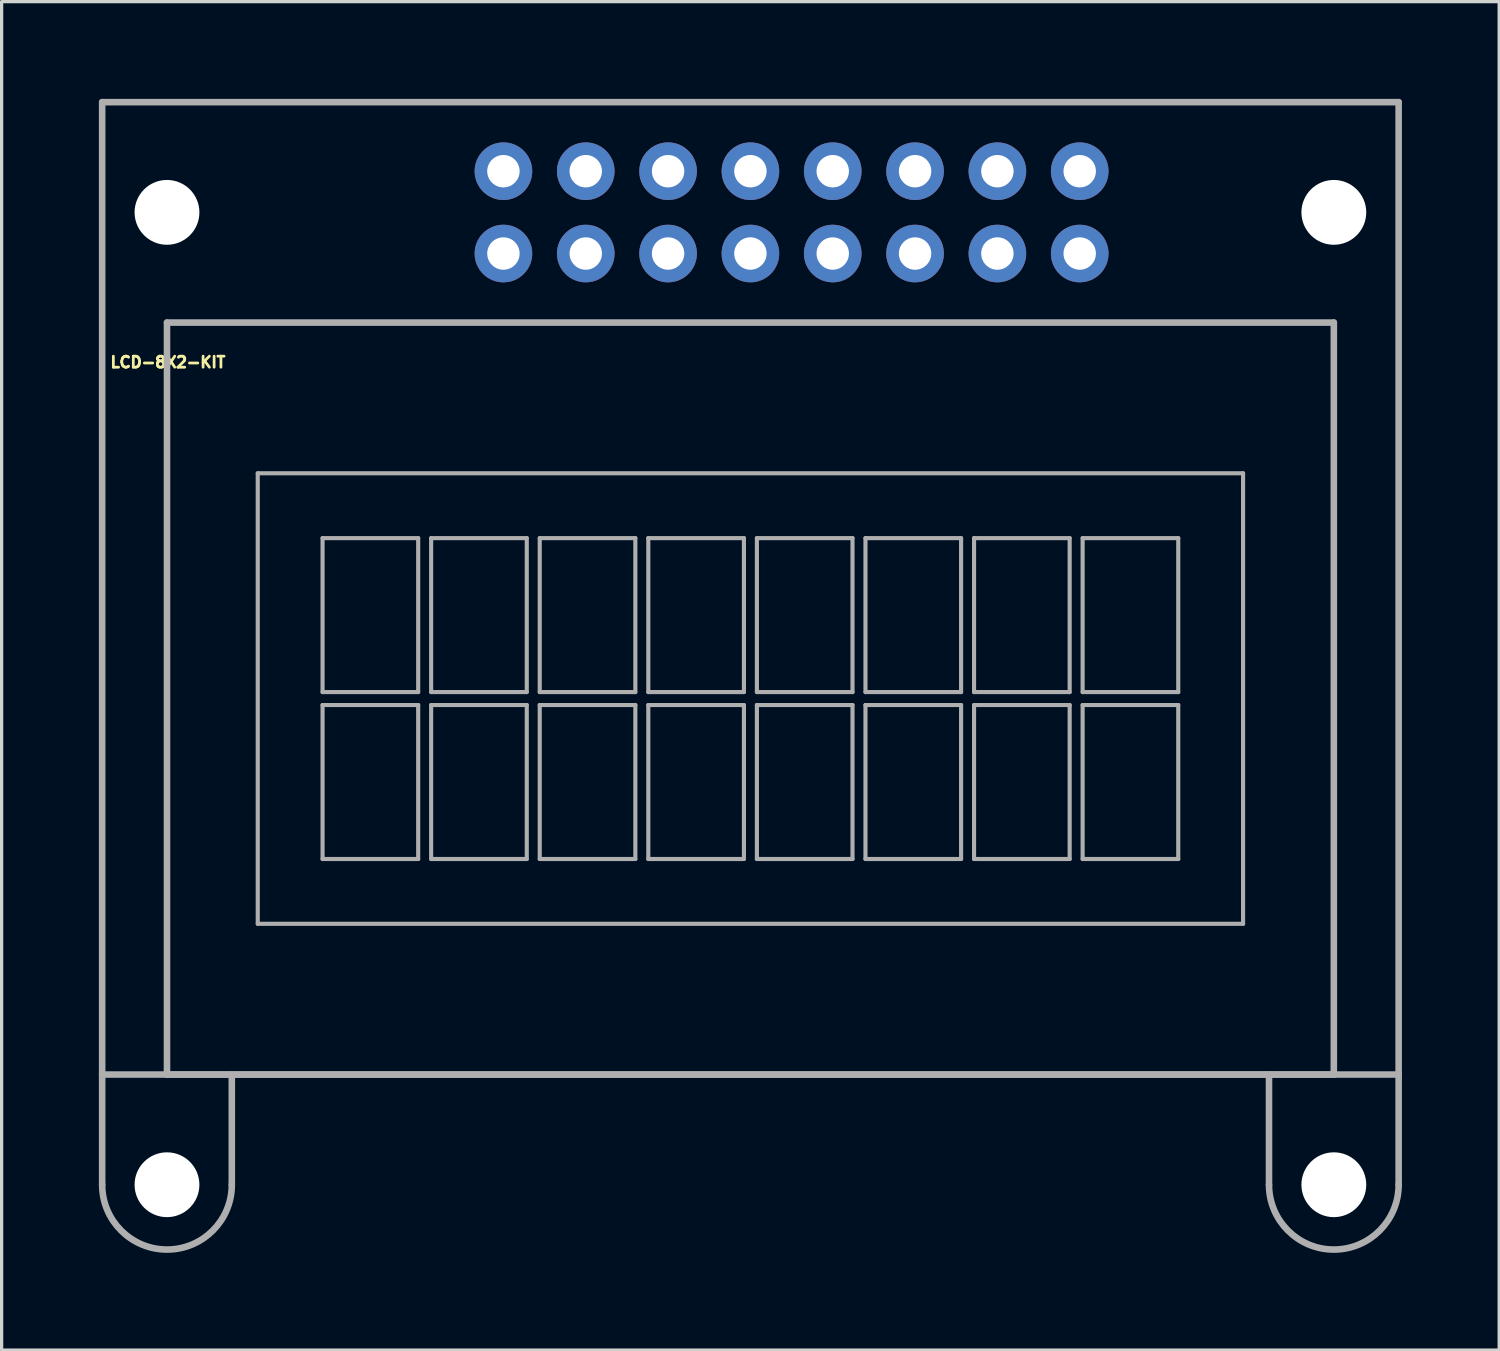
<source format=kicad_pcb>
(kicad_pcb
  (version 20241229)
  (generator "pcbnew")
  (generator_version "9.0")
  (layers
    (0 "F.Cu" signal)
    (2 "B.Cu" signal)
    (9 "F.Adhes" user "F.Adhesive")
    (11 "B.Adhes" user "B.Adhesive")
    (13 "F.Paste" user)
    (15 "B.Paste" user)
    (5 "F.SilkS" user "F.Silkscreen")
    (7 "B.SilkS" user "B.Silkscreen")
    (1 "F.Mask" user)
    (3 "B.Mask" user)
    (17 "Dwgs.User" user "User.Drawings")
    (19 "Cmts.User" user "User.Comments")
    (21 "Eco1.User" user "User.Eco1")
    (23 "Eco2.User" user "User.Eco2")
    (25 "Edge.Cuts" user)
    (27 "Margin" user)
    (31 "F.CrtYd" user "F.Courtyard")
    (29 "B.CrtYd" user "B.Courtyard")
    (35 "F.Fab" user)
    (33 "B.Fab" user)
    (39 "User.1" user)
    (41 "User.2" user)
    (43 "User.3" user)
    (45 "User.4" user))
  (footprint "LCD-8X2-KIT"
    (layer "F.Cu")
    (at 20.102 18.502)
    (property "Reference" "LCD-8X2-KIT" (at -17.971 -10.376 0) (layer "F.SilkS") (effects (font (size 0.34 0.34) (thickness 0.15))))
    (attr through_hole)
    (fp_poly (pts (xy -7.62 -15.806) (xy -7.645 -15.806) (xy -7.668 -15.807) (xy -7.691 -15.81) (xy -7.713 -15.813) (xy -7.735 -15.818) (xy -7.757 -15.824) (xy -7.779 -15.832) (xy -7.8 -15.84) (xy -7.821 -15.849) (xy -7.841 -15.86) (xy -7.86 -15.871) (xy -7.879 -15.884) (xy -7.898 -15.897) (xy -7.915 -15.912) (xy -7.932 -15.927) (xy -7.948 -15.944) (xy -7.963 -15.961) (xy -7.977 -15.978) (xy -7.99 -15.997) (xy -8.003 -16.016) (xy -8.014 -16.036) (xy -8.024 -16.056) (xy -8.033 -16.077) (xy -8.041 -16.098) (xy -8.048 -16.12) (xy -8.053 -16.142) (xy -8.058 -16.164) (xy -8.061 -16.187) (xy -8.064 -16.209) (xy -8.065 -16.23) (xy -8.064 -16.257) (xy -8.063 -16.281) (xy -8.06 -16.305) (xy -8.056 -16.328) (xy -8.051 -16.351) (xy -8.045 -16.374) (xy -8.037 -16.397) (xy -8.028 -16.419) (xy -8.018 -16.441) (xy -8.007 -16.462) (xy -7.995 -16.483) (xy -7.982 -16.503) (xy -7.968 -16.522) (xy -7.953 -16.54) (xy -7.937 -16.558) (xy -7.92 -16.575) (xy -7.902 -16.59) (xy -7.883 -16.605) (xy -7.864 -16.619) (xy -7.843 -16.632) (xy -7.823 -16.644) (xy -7.801 -16.654) (xy -7.779 -16.664) (xy -7.757 -16.672) (xy -7.734 -16.679) (xy -7.711 -16.685) (xy -7.688 -16.69) (xy -7.664 -16.694) (xy -7.64 -16.696) (xy -7.62 -16.697) (xy -7.596 -16.696) (xy -7.573 -16.694) (xy -7.55 -16.69) (xy -7.526 -16.686) (xy -7.504 -16.68) (xy -7.481 -16.673) (xy -7.459 -16.664) (xy -7.438 -16.655) (xy -7.417 -16.644) (xy -7.396 -16.633) (xy -7.376 -16.62) (xy -7.357 -16.607) (xy -7.339 -16.592) (xy -7.321 -16.576) (xy -7.304 -16.56) (xy -7.288 -16.542) (xy -7.273 -16.524) (xy -7.259 -16.505) (xy -7.246 -16.486) (xy -7.234 -16.465) (xy -7.224 -16.445) (xy -7.214 -16.423) (xy -7.205 -16.401) (xy -7.198 -16.379) (xy -7.191 -16.356) (xy -7.186 -16.333) (xy -7.182 -16.31) (xy -7.18 -16.287) (xy -7.178 -16.263) (xy -7.178 -16.24) (xy -7.179 -16.221) (xy -7.18 -16.198) (xy -7.183 -16.175) (xy -7.188 -16.153) (xy -7.193 -16.13) (xy -7.2 -16.108) (xy -7.207 -16.087) (xy -7.216 -16.065) (xy -7.226 -16.045) (xy -7.237 -16.025) (xy -7.249 -16.005) (xy -7.262 -15.986) (xy -7.276 -15.968) (xy -7.291 -15.95) (xy -7.306 -15.934) (xy -7.323 -15.918) (xy -7.34 -15.903) (xy -7.359 -15.889) (xy -7.378 -15.876) (xy -7.397 -15.864) (xy -7.417 -15.853) (xy -7.438 -15.843) (xy -7.459 -15.835) (xy -7.481 -15.827) (xy -7.503 -15.82) (xy -7.525 -15.815) (xy -7.548 -15.811) (xy -7.57 -15.808) (xy -7.593 -15.806) (xy -7.62 -15.806) (xy -7.62 -15.806)) (stroke (width 0.127) (type solid)) (fill yes) (layer "F.Mask"))
    (fp_poly (pts (xy -7.62 -13.265) (xy -7.645 -13.266) (xy -7.668 -13.267) (xy -7.691 -13.27) (xy -7.713 -13.273) (xy -7.735 -13.278) (xy -7.757 -13.284) (xy -7.779 -13.292) (xy -7.8 -13.3) (xy -7.821 -13.309) (xy -7.841 -13.32) (xy -7.86 -13.331) (xy -7.879 -13.344) (xy -7.898 -13.357) (xy -7.915 -13.372) (xy -7.932 -13.387) (xy -7.948 -13.404) (xy -7.963 -13.421) (xy -7.977 -13.438) (xy -7.99 -13.457) (xy -8.003 -13.476) (xy -8.014 -13.496) (xy -8.024 -13.516) (xy -8.033 -13.537) (xy -8.041 -13.558) (xy -8.048 -13.58) (xy -8.053 -13.602) (xy -8.058 -13.624) (xy -8.061 -13.647) (xy -8.064 -13.669) (xy -8.065 -13.69) (xy -8.064 -13.717) (xy -8.063 -13.741) (xy -8.06 -13.765) (xy -8.056 -13.788) (xy -8.051 -13.811) (xy -8.045 -13.834) (xy -8.037 -13.857) (xy -8.028 -13.879) (xy -8.018 -13.901) (xy -8.007 -13.922) (xy -7.995 -13.943) (xy -7.982 -13.963) (xy -7.968 -13.982) (xy -7.953 -14) (xy -7.937 -14.018) (xy -7.92 -14.035) (xy -7.902 -14.05) (xy -7.883 -14.065) (xy -7.864 -14.079) (xy -7.843 -14.092) (xy -7.823 -14.104) (xy -7.801 -14.114) (xy -7.779 -14.124) (xy -7.757 -14.132) (xy -7.734 -14.139) (xy -7.711 -14.145) (xy -7.688 -14.15) (xy -7.664 -14.154) (xy -7.64 -14.156) (xy -7.62 -14.157) (xy -7.596 -14.156) (xy -7.573 -14.154) (xy -7.55 -14.15) (xy -7.526 -14.146) (xy -7.504 -14.14) (xy -7.481 -14.133) (xy -7.459 -14.124) (xy -7.438 -14.115) (xy -7.417 -14.104) (xy -7.396 -14.093) (xy -7.376 -14.08) (xy -7.357 -14.067) (xy -7.339 -14.052) (xy -7.321 -14.036) (xy -7.304 -14.02) (xy -7.288 -14.002) (xy -7.273 -13.984) (xy -7.259 -13.965) (xy -7.246 -13.946) (xy -7.234 -13.925) (xy -7.224 -13.905) (xy -7.214 -13.883) (xy -7.205 -13.861) (xy -7.198 -13.839) (xy -7.191 -13.816) (xy -7.186 -13.793) (xy -7.182 -13.77) (xy -7.18 -13.747) (xy -7.178 -13.723) (xy -7.178 -13.7) (xy -7.179 -13.681) (xy -7.18 -13.658) (xy -7.183 -13.635) (xy -7.188 -13.613) (xy -7.193 -13.59) (xy -7.2 -13.568) (xy -7.207 -13.547) (xy -7.216 -13.525) (xy -7.226 -13.505) (xy -7.237 -13.485) (xy -7.249 -13.465) (xy -7.262 -13.446) (xy -7.276 -13.428) (xy -7.291 -13.41) (xy -7.306 -13.394) (xy -7.323 -13.378) (xy -7.34 -13.363) (xy -7.359 -13.349) (xy -7.378 -13.336) (xy -7.397 -13.324) (xy -7.417 -13.313) (xy -7.438 -13.303) (xy -7.459 -13.295) (xy -7.481 -13.287) (xy -7.503 -13.28) (xy -7.525 -13.275) (xy -7.548 -13.271) (xy -7.57 -13.268) (xy -7.593 -13.266) (xy -7.62 -13.265) (xy -7.62 -13.265)) (stroke (width 0.127) (type solid)) (fill yes) (layer "F.Mask"))
    (fp_poly (pts (xy -5.08 -15.806) (xy -5.105 -15.806) (xy -5.128 -15.807) (xy -5.151 -15.81) (xy -5.173 -15.813) (xy -5.195 -15.818) (xy -5.217 -15.824) (xy -5.239 -15.832) (xy -5.26 -15.84) (xy -5.281 -15.849) (xy -5.301 -15.86) (xy -5.32 -15.871) (xy -5.339 -15.884) (xy -5.358 -15.897) (xy -5.375 -15.912) (xy -5.392 -15.927) (xy -5.408 -15.944) (xy -5.423 -15.961) (xy -5.437 -15.978) (xy -5.45 -15.997) (xy -5.463 -16.016) (xy -5.474 -16.036) (xy -5.484 -16.056) (xy -5.493 -16.077) (xy -5.501 -16.098) (xy -5.508 -16.12) (xy -5.513 -16.142) (xy -5.518 -16.164) (xy -5.521 -16.187) (xy -5.524 -16.209) (xy -5.524 -16.23) (xy -5.524 -16.257) (xy -5.523 -16.281) (xy -5.52 -16.305) (xy -5.516 -16.328) (xy -5.511 -16.351) (xy -5.505 -16.374) (xy -5.497 -16.397) (xy -5.488 -16.419) (xy -5.478 -16.441) (xy -5.467 -16.462) (xy -5.455 -16.483) (xy -5.442 -16.503) (xy -5.428 -16.522) (xy -5.413 -16.54) (xy -5.397 -16.558) (xy -5.38 -16.575) (xy -5.362 -16.59) (xy -5.343 -16.605) (xy -5.324 -16.619) (xy -5.303 -16.632) (xy -5.283 -16.644) (xy -5.261 -16.654) (xy -5.239 -16.664) (xy -5.217 -16.672) (xy -5.194 -16.679) (xy -5.171 -16.685) (xy -5.148 -16.69) (xy -5.124 -16.694) (xy -5.1 -16.696) (xy -5.08 -16.697) (xy -5.056 -16.696) (xy -5.033 -16.694) (xy -5.01 -16.69) (xy -4.986 -16.686) (xy -4.964 -16.68) (xy -4.941 -16.673) (xy -4.919 -16.664) (xy -4.898 -16.655) (xy -4.877 -16.644) (xy -4.856 -16.633) (xy -4.836 -16.62) (xy -4.817 -16.607) (xy -4.799 -16.592) (xy -4.781 -16.576) (xy -4.764 -16.56) (xy -4.748 -16.542) (xy -4.733 -16.524) (xy -4.719 -16.505) (xy -4.706 -16.486) (xy -4.694 -16.465) (xy -4.684 -16.445) (xy -4.674 -16.423) (xy -4.665 -16.401) (xy -4.658 -16.379) (xy -4.651 -16.356) (xy -4.646 -16.333) (xy -4.642 -16.31) (xy -4.64 -16.287) (xy -4.638 -16.263) (xy -4.638 -16.24) (xy -4.639 -16.221) (xy -4.64 -16.198) (xy -4.643 -16.175) (xy -4.648 -16.153) (xy -4.653 -16.13) (xy -4.66 -16.108) (xy -4.667 -16.087) (xy -4.676 -16.065) (xy -4.686 -16.045) (xy -4.697 -16.025) (xy -4.709 -16.005) (xy -4.722 -15.986) (xy -4.736 -15.968) (xy -4.751 -15.95) (xy -4.766 -15.934) (xy -4.783 -15.918) (xy -4.8 -15.903) (xy -4.819 -15.889) (xy -4.838 -15.876) (xy -4.857 -15.864) (xy -4.877 -15.853) (xy -4.898 -15.843) (xy -4.919 -15.835) (xy -4.941 -15.827) (xy -4.963 -15.82) (xy -4.985 -15.815) (xy -5.008 -15.811) (xy -5.03 -15.808) (xy -5.053 -15.806) (xy -5.08 -15.806) (xy -5.08 -15.806)) (stroke (width 0.127) (type solid)) (fill yes) (layer "F.Mask"))
    (fp_poly (pts (xy -5.08 -13.265) (xy -5.105 -13.266) (xy -5.128 -13.267) (xy -5.151 -13.27) (xy -5.173 -13.273) (xy -5.195 -13.278) (xy -5.217 -13.284) (xy -5.239 -13.292) (xy -5.26 -13.3) (xy -5.281 -13.309) (xy -5.301 -13.32) (xy -5.32 -13.331) (xy -5.339 -13.344) (xy -5.358 -13.357) (xy -5.375 -13.372) (xy -5.392 -13.387) (xy -5.408 -13.404) (xy -5.423 -13.421) (xy -5.437 -13.438) (xy -5.45 -13.457) (xy -5.463 -13.476) (xy -5.474 -13.496) (xy -5.484 -13.516) (xy -5.493 -13.537) (xy -5.501 -13.558) (xy -5.508 -13.58) (xy -5.513 -13.602) (xy -5.518 -13.624) (xy -5.521 -13.647) (xy -5.524 -13.669) (xy -5.524 -13.69) (xy -5.524 -13.717) (xy -5.523 -13.741) (xy -5.52 -13.765) (xy -5.516 -13.788) (xy -5.511 -13.811) (xy -5.505 -13.834) (xy -5.497 -13.857) (xy -5.488 -13.879) (xy -5.478 -13.901) (xy -5.467 -13.922) (xy -5.455 -13.943) (xy -5.442 -13.963) (xy -5.428 -13.982) (xy -5.413 -14) (xy -5.397 -14.018) (xy -5.38 -14.035) (xy -5.362 -14.05) (xy -5.343 -14.065) (xy -5.324 -14.079) (xy -5.303 -14.092) (xy -5.283 -14.104) (xy -5.261 -14.114) (xy -5.239 -14.124) (xy -5.217 -14.132) (xy -5.194 -14.139) (xy -5.171 -14.145) (xy -5.148 -14.15) (xy -5.124 -14.154) (xy -5.1 -14.156) (xy -5.08 -14.157) (xy -5.056 -14.156) (xy -5.033 -14.154) (xy -5.01 -14.15) (xy -4.986 -14.146) (xy -4.964 -14.14) (xy -4.941 -14.133) (xy -4.919 -14.124) (xy -4.898 -14.115) (xy -4.877 -14.104) (xy -4.856 -14.093) (xy -4.836 -14.08) (xy -4.817 -14.067) (xy -4.799 -14.052) (xy -4.781 -14.036) (xy -4.764 -14.02) (xy -4.748 -14.002) (xy -4.733 -13.984) (xy -4.719 -13.965) (xy -4.706 -13.946) (xy -4.694 -13.925) (xy -4.684 -13.905) (xy -4.674 -13.883) (xy -4.665 -13.861) (xy -4.658 -13.839) (xy -4.651 -13.816) (xy -4.646 -13.793) (xy -4.642 -13.77) (xy -4.64 -13.747) (xy -4.638 -13.723) (xy -4.638 -13.7) (xy -4.639 -13.681) (xy -4.64 -13.658) (xy -4.643 -13.635) (xy -4.648 -13.613) (xy -4.653 -13.59) (xy -4.66 -13.568) (xy -4.667 -13.547) (xy -4.676 -13.525) (xy -4.686 -13.505) (xy -4.697 -13.485) (xy -4.709 -13.465) (xy -4.722 -13.446) (xy -4.736 -13.428) (xy -4.751 -13.41) (xy -4.766 -13.394) (xy -4.783 -13.378) (xy -4.8 -13.363) (xy -4.819 -13.349) (xy -4.838 -13.336) (xy -4.857 -13.324) (xy -4.877 -13.313) (xy -4.898 -13.303) (xy -4.919 -13.295) (xy -4.941 -13.287) (xy -4.963 -13.28) (xy -4.985 -13.275) (xy -5.008 -13.271) (xy -5.03 -13.268) (xy -5.053 -13.266) (xy -5.08 -13.265) (xy -5.08 -13.265)) (stroke (width 0.127) (type solid)) (fill yes) (layer "F.Mask"))
    (fp_poly (pts (xy -2.54 -15.806) (xy -2.565 -15.806) (xy -2.588 -15.807) (xy -2.611 -15.81) (xy -2.633 -15.813) (xy -2.655 -15.818) (xy -2.677 -15.824) (xy -2.699 -15.832) (xy -2.72 -15.84) (xy -2.741 -15.849) (xy -2.761 -15.86) (xy -2.78 -15.871) (xy -2.799 -15.884) (xy -2.818 -15.897) (xy -2.835 -15.912) (xy -2.852 -15.927) (xy -2.868 -15.944) (xy -2.883 -15.961) (xy -2.897 -15.978) (xy -2.91 -15.997) (xy -2.923 -16.016) (xy -2.934 -16.036) (xy -2.944 -16.056) (xy -2.953 -16.077) (xy -2.961 -16.098) (xy -2.968 -16.12) (xy -2.973 -16.142) (xy -2.978 -16.164) (xy -2.981 -16.187) (xy -2.984 -16.209) (xy -2.985 -16.23) (xy -2.984 -16.257) (xy -2.983 -16.281) (xy -2.98 -16.305) (xy -2.976 -16.328) (xy -2.971 -16.351) (xy -2.965 -16.374) (xy -2.957 -16.397) (xy -2.948 -16.419) (xy -2.938 -16.441) (xy -2.927 -16.462) (xy -2.915 -16.483) (xy -2.902 -16.503) (xy -2.888 -16.522) (xy -2.873 -16.54) (xy -2.857 -16.558) (xy -2.84 -16.575) (xy -2.822 -16.59) (xy -2.803 -16.605) (xy -2.784 -16.619) (xy -2.763 -16.632) (xy -2.743 -16.644) (xy -2.721 -16.654) (xy -2.699 -16.664) (xy -2.677 -16.672) (xy -2.654 -16.679) (xy -2.631 -16.685) (xy -2.608 -16.69) (xy -2.584 -16.694) (xy -2.56 -16.696) (xy -2.54 -16.697) (xy -2.516 -16.696) (xy -2.493 -16.694) (xy -2.47 -16.69) (xy -2.446 -16.686) (xy -2.424 -16.68) (xy -2.401 -16.673) (xy -2.379 -16.664) (xy -2.358 -16.655) (xy -2.337 -16.644) (xy -2.316 -16.633) (xy -2.296 -16.62) (xy -2.277 -16.607) (xy -2.259 -16.592) (xy -2.241 -16.576) (xy -2.224 -16.56) (xy -2.208 -16.542) (xy -2.193 -16.524) (xy -2.179 -16.505) (xy -2.166 -16.486) (xy -2.154 -16.465) (xy -2.144 -16.445) (xy -2.134 -16.423) (xy -2.125 -16.401) (xy -2.118 -16.379) (xy -2.111 -16.356) (xy -2.106 -16.333) (xy -2.102 -16.31) (xy -2.1 -16.287) (xy -2.098 -16.263) (xy -2.098 -16.24) (xy -2.099 -16.221) (xy -2.1 -16.198) (xy -2.103 -16.175) (xy -2.108 -16.153) (xy -2.113 -16.13) (xy -2.12 -16.108) (xy -2.127 -16.087) (xy -2.136 -16.065) (xy -2.146 -16.045) (xy -2.157 -16.025) (xy -2.169 -16.005) (xy -2.182 -15.986) (xy -2.196 -15.968) (xy -2.211 -15.95) (xy -2.226 -15.934) (xy -2.243 -15.918) (xy -2.26 -15.903) (xy -2.279 -15.889) (xy -2.298 -15.876) (xy -2.317 -15.864) (xy -2.337 -15.853) (xy -2.358 -15.843) (xy -2.379 -15.835) (xy -2.401 -15.827) (xy -2.423 -15.82) (xy -2.445 -15.815) (xy -2.468 -15.811) (xy -2.49 -15.808) (xy -2.513 -15.806) (xy -2.54 -15.806) (xy -2.54 -15.806)) (stroke (width 0.127) (type solid)) (fill yes) (layer "F.Mask"))
    (fp_poly (pts (xy -2.54 -13.265) (xy -2.565 -13.266) (xy -2.588 -13.267) (xy -2.611 -13.27) (xy -2.633 -13.273) (xy -2.655 -13.278) (xy -2.677 -13.284) (xy -2.699 -13.292) (xy -2.72 -13.3) (xy -2.741 -13.309) (xy -2.761 -13.32) (xy -2.78 -13.331) (xy -2.799 -13.344) (xy -2.818 -13.357) (xy -2.835 -13.372) (xy -2.852 -13.387) (xy -2.868 -13.404) (xy -2.883 -13.421) (xy -2.897 -13.438) (xy -2.91 -13.457) (xy -2.923 -13.476) (xy -2.934 -13.496) (xy -2.944 -13.516) (xy -2.953 -13.537) (xy -2.961 -13.558) (xy -2.968 -13.58) (xy -2.973 -13.602) (xy -2.978 -13.624) (xy -2.981 -13.647) (xy -2.984 -13.669) (xy -2.985 -13.69) (xy -2.984 -13.717) (xy -2.983 -13.741) (xy -2.98 -13.765) (xy -2.976 -13.788) (xy -2.971 -13.811) (xy -2.965 -13.834) (xy -2.957 -13.857) (xy -2.948 -13.879) (xy -2.938 -13.901) (xy -2.927 -13.922) (xy -2.915 -13.943) (xy -2.902 -13.963) (xy -2.888 -13.982) (xy -2.873 -14) (xy -2.857 -14.018) (xy -2.84 -14.035) (xy -2.822 -14.05) (xy -2.803 -14.065) (xy -2.784 -14.079) (xy -2.763 -14.092) (xy -2.743 -14.104) (xy -2.721 -14.114) (xy -2.699 -14.124) (xy -2.677 -14.132) (xy -2.654 -14.139) (xy -2.631 -14.145) (xy -2.608 -14.15) (xy -2.584 -14.154) (xy -2.56 -14.156) (xy -2.54 -14.157) (xy -2.516 -14.156) (xy -2.493 -14.154) (xy -2.47 -14.15) (xy -2.446 -14.146) (xy -2.424 -14.14) (xy -2.401 -14.133) (xy -2.379 -14.124) (xy -2.358 -14.115) (xy -2.337 -14.104) (xy -2.316 -14.093) (xy -2.296 -14.08) (xy -2.277 -14.067) (xy -2.259 -14.052) (xy -2.241 -14.036) (xy -2.224 -14.02) (xy -2.208 -14.002) (xy -2.193 -13.984) (xy -2.179 -13.965) (xy -2.166 -13.946) (xy -2.154 -13.925) (xy -2.144 -13.905) (xy -2.134 -13.883) (xy -2.125 -13.861) (xy -2.118 -13.839) (xy -2.111 -13.816) (xy -2.106 -13.793) (xy -2.102 -13.77) (xy -2.1 -13.747) (xy -2.098 -13.723) (xy -2.098 -13.7) (xy -2.099 -13.681) (xy -2.1 -13.658) (xy -2.103 -13.635) (xy -2.108 -13.613) (xy -2.113 -13.59) (xy -2.12 -13.568) (xy -2.127 -13.547) (xy -2.136 -13.525) (xy -2.146 -13.505) (xy -2.157 -13.485) (xy -2.169 -13.465) (xy -2.182 -13.446) (xy -2.196 -13.428) (xy -2.211 -13.41) (xy -2.226 -13.394) (xy -2.243 -13.378) (xy -2.26 -13.363) (xy -2.279 -13.349) (xy -2.298 -13.336) (xy -2.317 -13.324) (xy -2.337 -13.313) (xy -2.358 -13.303) (xy -2.379 -13.295) (xy -2.401 -13.287) (xy -2.423 -13.28) (xy -2.445 -13.275) (xy -2.468 -13.271) (xy -2.49 -13.268) (xy -2.513 -13.266) (xy -2.54 -13.265) (xy -2.54 -13.265)) (stroke (width 0.127) (type solid)) (fill yes) (layer "F.Mask"))
    (fp_poly (pts (xy 0 -15.806) (xy -0.025 -15.806) (xy -0.048 -15.807) (xy -0.071 -15.81) (xy -0.093 -15.813) (xy -0.115 -15.818) (xy -0.137 -15.824) (xy -0.159 -15.832) (xy -0.18 -15.84) (xy -0.201 -15.849) (xy -0.221 -15.86) (xy -0.24 -15.871) (xy -0.259 -15.884) (xy -0.278 -15.897) (xy -0.295 -15.912) (xy -0.312 -15.927) (xy -0.328 -15.944) (xy -0.343 -15.961) (xy -0.357 -15.978) (xy -0.37 -15.997) (xy -0.383 -16.016) (xy -0.394 -16.036) (xy -0.404 -16.056) (xy -0.413 -16.077) (xy -0.421 -16.098) (xy -0.428 -16.12) (xy -0.433 -16.142) (xy -0.438 -16.164) (xy -0.441 -16.187) (xy -0.444 -16.209) (xy -0.445 -16.23) (xy -0.444 -16.257) (xy -0.443 -16.281) (xy -0.44 -16.305) (xy -0.436 -16.328) (xy -0.431 -16.351) (xy -0.425 -16.374) (xy -0.417 -16.397) (xy -0.408 -16.419) (xy -0.398 -16.441) (xy -0.387 -16.462) (xy -0.375 -16.483) (xy -0.362 -16.503) (xy -0.348 -16.522) (xy -0.333 -16.54) (xy -0.317 -16.558) (xy -0.3 -16.575) (xy -0.282 -16.59) (xy -0.263 -16.605) (xy -0.244 -16.619) (xy -0.223 -16.632) (xy -0.203 -16.644) (xy -0.181 -16.654) (xy -0.159 -16.664) (xy -0.137 -16.672) (xy -0.114 -16.679) (xy -0.091 -16.685) (xy -0.068 -16.69) (xy -0.044 -16.694) (xy -0.02 -16.696) (xy 0 -16.697) (xy 0.024 -16.696) (xy 0.047 -16.694) (xy 0.07 -16.69) (xy 0.094 -16.686) (xy 0.116 -16.68) (xy 0.139 -16.673) (xy 0.161 -16.664) (xy 0.182 -16.655) (xy 0.203 -16.644) (xy 0.224 -16.633) (xy 0.244 -16.62) (xy 0.263 -16.607) (xy 0.281 -16.592) (xy 0.299 -16.576) (xy 0.316 -16.56) (xy 0.332 -16.542) (xy 0.347 -16.524) (xy 0.361 -16.505) (xy 0.374 -16.486) (xy 0.386 -16.465) (xy 0.396 -16.445) (xy 0.406 -16.423) (xy 0.415 -16.401) (xy 0.422 -16.379) (xy 0.429 -16.356) (xy 0.434 -16.333) (xy 0.438 -16.31) (xy 0.44 -16.287) (xy 0.442 -16.263) (xy 0.442 -16.24) (xy 0.441 -16.221) (xy 0.44 -16.198) (xy 0.437 -16.175) (xy 0.432 -16.153) (xy 0.427 -16.13) (xy 0.42 -16.108) (xy 0.413 -16.087) (xy 0.404 -16.065) (xy 0.394 -16.045) (xy 0.383 -16.025) (xy 0.371 -16.005) (xy 0.358 -15.986) (xy 0.344 -15.968) (xy 0.329 -15.95) (xy 0.314 -15.934) (xy 0.297 -15.918) (xy 0.28 -15.903) (xy 0.261 -15.889) (xy 0.242 -15.876) (xy 0.223 -15.864) (xy 0.203 -15.853) (xy 0.182 -15.843) (xy 0.161 -15.835) (xy 0.139 -15.827) (xy 0.117 -15.82) (xy 0.095 -15.815) (xy 0.072 -15.811) (xy 0.05 -15.808) (xy 0.027 -15.806) (xy 0 -15.806) (xy 0 -15.806)) (stroke (width 0.127) (type solid)) (fill yes) (layer "F.Mask"))
    (fp_poly (pts (xy 0 -13.265) (xy -0.025 -13.266) (xy -0.048 -13.267) (xy -0.071 -13.27) (xy -0.093 -13.273) (xy -0.115 -13.278) (xy -0.137 -13.284) (xy -0.159 -13.292) (xy -0.18 -13.3) (xy -0.201 -13.309) (xy -0.221 -13.32) (xy -0.24 -13.331) (xy -0.259 -13.344) (xy -0.278 -13.357) (xy -0.295 -13.372) (xy -0.312 -13.387) (xy -0.328 -13.404) (xy -0.343 -13.421) (xy -0.357 -13.438) (xy -0.37 -13.457) (xy -0.383 -13.476) (xy -0.394 -13.496) (xy -0.404 -13.516) (xy -0.413 -13.537) (xy -0.421 -13.558) (xy -0.428 -13.58) (xy -0.433 -13.602) (xy -0.438 -13.624) (xy -0.441 -13.647) (xy -0.444 -13.669) (xy -0.445 -13.69) (xy -0.444 -13.717) (xy -0.443 -13.741) (xy -0.44 -13.765) (xy -0.436 -13.788) (xy -0.431 -13.811) (xy -0.425 -13.834) (xy -0.417 -13.857) (xy -0.408 -13.879) (xy -0.398 -13.901) (xy -0.387 -13.922) (xy -0.375 -13.943) (xy -0.362 -13.963) (xy -0.348 -13.982) (xy -0.333 -14) (xy -0.317 -14.018) (xy -0.3 -14.035) (xy -0.282 -14.05) (xy -0.263 -14.065) (xy -0.244 -14.079) (xy -0.223 -14.092) (xy -0.203 -14.104) (xy -0.181 -14.114) (xy -0.159 -14.124) (xy -0.137 -14.132) (xy -0.114 -14.139) (xy -0.091 -14.145) (xy -0.068 -14.15) (xy -0.044 -14.154) (xy -0.02 -14.156) (xy 0 -14.157) (xy 0.024 -14.156) (xy 0.047 -14.154) (xy 0.07 -14.15) (xy 0.094 -14.146) (xy 0.116 -14.14) (xy 0.139 -14.133) (xy 0.161 -14.124) (xy 0.182 -14.115) (xy 0.203 -14.104) (xy 0.224 -14.093) (xy 0.244 -14.08) (xy 0.263 -14.067) (xy 0.281 -14.052) (xy 0.299 -14.036) (xy 0.316 -14.02) (xy 0.332 -14.002) (xy 0.347 -13.984) (xy 0.361 -13.965) (xy 0.374 -13.946) (xy 0.386 -13.925) (xy 0.396 -13.905) (xy 0.406 -13.883) (xy 0.415 -13.861) (xy 0.422 -13.839) (xy 0.429 -13.816) (xy 0.434 -13.793) (xy 0.438 -13.77) (xy 0.44 -13.747) (xy 0.442 -13.723) (xy 0.442 -13.7) (xy 0.441 -13.681) (xy 0.44 -13.658) (xy 0.437 -13.635) (xy 0.432 -13.613) (xy 0.427 -13.59) (xy 0.42 -13.568) (xy 0.413 -13.547) (xy 0.404 -13.525) (xy 0.394 -13.505) (xy 0.383 -13.485) (xy 0.371 -13.465) (xy 0.358 -13.446) (xy 0.344 -13.428) (xy 0.329 -13.41) (xy 0.314 -13.394) (xy 0.297 -13.378) (xy 0.28 -13.363) (xy 0.261 -13.349) (xy 0.242 -13.336) (xy 0.223 -13.324) (xy 0.203 -13.313) (xy 0.182 -13.303) (xy 0.161 -13.295) (xy 0.139 -13.287) (xy 0.117 -13.28) (xy 0.095 -13.275) (xy 0.072 -13.271) (xy 0.05 -13.268) (xy 0.027 -13.266) (xy 0 -13.265) (xy 0 -13.265)) (stroke (width 0.127) (type solid)) (fill yes) (layer "F.Mask"))
    (fp_poly (pts (xy 2.54 -15.806) (xy 2.515 -15.806) (xy 2.492 -15.807) (xy 2.469 -15.81) (xy 2.447 -15.813) (xy 2.425 -15.818) (xy 2.403 -15.824) (xy 2.381 -15.832) (xy 2.36 -15.84) (xy 2.339 -15.849) (xy 2.319 -15.86) (xy 2.3 -15.871) (xy 2.281 -15.884) (xy 2.262 -15.897) (xy 2.245 -15.912) (xy 2.228 -15.927) (xy 2.212 -15.944) (xy 2.197 -15.961) (xy 2.183 -15.978) (xy 2.17 -15.997) (xy 2.157 -16.016) (xy 2.146 -16.036) (xy 2.136 -16.056) (xy 2.127 -16.077) (xy 2.119 -16.098) (xy 2.112 -16.12) (xy 2.107 -16.142) (xy 2.102 -16.164) (xy 2.099 -16.187) (xy 2.096 -16.209) (xy 2.095 -16.23) (xy 2.096 -16.257) (xy 2.097 -16.281) (xy 2.1 -16.305) (xy 2.104 -16.328) (xy 2.109 -16.351) (xy 2.115 -16.374) (xy 2.123 -16.397) (xy 2.132 -16.419) (xy 2.142 -16.441) (xy 2.153 -16.462) (xy 2.165 -16.483) (xy 2.178 -16.503) (xy 2.192 -16.522) (xy 2.207 -16.54) (xy 2.223 -16.558) (xy 2.24 -16.575) (xy 2.258 -16.59) (xy 2.277 -16.605) (xy 2.296 -16.619) (xy 2.317 -16.632) (xy 2.337 -16.644) (xy 2.359 -16.654) (xy 2.381 -16.664) (xy 2.403 -16.672) (xy 2.426 -16.679) (xy 2.449 -16.685) (xy 2.472 -16.69) (xy 2.496 -16.694) (xy 2.52 -16.696) (xy 2.54 -16.697) (xy 2.564 -16.696) (xy 2.587 -16.694) (xy 2.61 -16.69) (xy 2.634 -16.686) (xy 2.656 -16.68) (xy 2.679 -16.673) (xy 2.701 -16.664) (xy 2.722 -16.655) (xy 2.743 -16.644) (xy 2.764 -16.633) (xy 2.784 -16.62) (xy 2.803 -16.607) (xy 2.821 -16.592) (xy 2.839 -16.576) (xy 2.856 -16.56) (xy 2.872 -16.542) (xy 2.887 -16.524) (xy 2.901 -16.505) (xy 2.914 -16.486) (xy 2.926 -16.465) (xy 2.936 -16.445) (xy 2.946 -16.423) (xy 2.955 -16.401) (xy 2.962 -16.379) (xy 2.969 -16.356) (xy 2.974 -16.333) (xy 2.978 -16.31) (xy 2.98 -16.287) (xy 2.982 -16.263) (xy 2.982 -16.24) (xy 2.981 -16.221) (xy 2.98 -16.198) (xy 2.977 -16.175) (xy 2.972 -16.153) (xy 2.967 -16.13) (xy 2.96 -16.108) (xy 2.953 -16.087) (xy 2.944 -16.065) (xy 2.934 -16.045) (xy 2.923 -16.025) (xy 2.911 -16.005) (xy 2.898 -15.986) (xy 2.884 -15.968) (xy 2.869 -15.95) (xy 2.854 -15.934) (xy 2.837 -15.918) (xy 2.82 -15.903) (xy 2.801 -15.889) (xy 2.782 -15.876) (xy 2.763 -15.864) (xy 2.743 -15.853) (xy 2.722 -15.843) (xy 2.701 -15.835) (xy 2.679 -15.827) (xy 2.657 -15.82) (xy 2.635 -15.815) (xy 2.612 -15.811) (xy 2.59 -15.808) (xy 2.567 -15.806) (xy 2.54 -15.806) (xy 2.54 -15.806)) (stroke (width 0.127) (type solid)) (fill yes) (layer "F.Mask"))
    (fp_poly (pts (xy 2.54 -13.265) (xy 2.515 -13.266) (xy 2.492 -13.267) (xy 2.469 -13.27) (xy 2.447 -13.273) (xy 2.425 -13.278) (xy 2.403 -13.284) (xy 2.381 -13.292) (xy 2.36 -13.3) (xy 2.339 -13.309) (xy 2.319 -13.32) (xy 2.3 -13.331) (xy 2.281 -13.344) (xy 2.262 -13.357) (xy 2.245 -13.372) (xy 2.228 -13.387) (xy 2.212 -13.404) (xy 2.197 -13.421) (xy 2.183 -13.438) (xy 2.17 -13.457) (xy 2.157 -13.476) (xy 2.146 -13.496) (xy 2.136 -13.516) (xy 2.127 -13.537) (xy 2.119 -13.558) (xy 2.112 -13.58) (xy 2.107 -13.602) (xy 2.102 -13.624) (xy 2.099 -13.647) (xy 2.096 -13.669) (xy 2.095 -13.69) (xy 2.096 -13.717) (xy 2.097 -13.741) (xy 2.1 -13.765) (xy 2.104 -13.788) (xy 2.109 -13.811) (xy 2.115 -13.834) (xy 2.123 -13.857) (xy 2.132 -13.879) (xy 2.142 -13.901) (xy 2.153 -13.922) (xy 2.165 -13.943) (xy 2.178 -13.963) (xy 2.192 -13.982) (xy 2.207 -14) (xy 2.223 -14.018) (xy 2.24 -14.035) (xy 2.258 -14.05) (xy 2.277 -14.065) (xy 2.296 -14.079) (xy 2.317 -14.092) (xy 2.337 -14.104) (xy 2.359 -14.114) (xy 2.381 -14.124) (xy 2.403 -14.132) (xy 2.426 -14.139) (xy 2.449 -14.145) (xy 2.472 -14.15) (xy 2.496 -14.154) (xy 2.52 -14.156) (xy 2.54 -14.157) (xy 2.564 -14.156) (xy 2.587 -14.154) (xy 2.61 -14.15) (xy 2.634 -14.146) (xy 2.656 -14.14) (xy 2.679 -14.133) (xy 2.701 -14.124) (xy 2.722 -14.115) (xy 2.743 -14.104) (xy 2.764 -14.093) (xy 2.784 -14.08) (xy 2.803 -14.067) (xy 2.821 -14.052) (xy 2.839 -14.036) (xy 2.856 -14.02) (xy 2.872 -14.002) (xy 2.887 -13.984) (xy 2.901 -13.965) (xy 2.914 -13.946) (xy 2.926 -13.925) (xy 2.936 -13.905) (xy 2.946 -13.883) (xy 2.955 -13.861) (xy 2.962 -13.839) (xy 2.969 -13.816) (xy 2.974 -13.793) (xy 2.978 -13.77) (xy 2.98 -13.747) (xy 2.982 -13.723) (xy 2.982 -13.7) (xy 2.981 -13.681) (xy 2.98 -13.658) (xy 2.977 -13.635) (xy 2.972 -13.613) (xy 2.967 -13.59) (xy 2.96 -13.568) (xy 2.953 -13.547) (xy 2.944 -13.525) (xy 2.934 -13.505) (xy 2.923 -13.485) (xy 2.911 -13.465) (xy 2.898 -13.446) (xy 2.884 -13.428) (xy 2.869 -13.41) (xy 2.854 -13.394) (xy 2.837 -13.378) (xy 2.82 -13.363) (xy 2.801 -13.349) (xy 2.782 -13.336) (xy 2.763 -13.324) (xy 2.743 -13.313) (xy 2.722 -13.303) (xy 2.701 -13.295) (xy 2.679 -13.287) (xy 2.657 -13.28) (xy 2.635 -13.275) (xy 2.612 -13.271) (xy 2.59 -13.268) (xy 2.567 -13.266) (xy 2.54 -13.265) (xy 2.54 -13.265)) (stroke (width 0.127) (type solid)) (fill yes) (layer "F.Mask"))
    (fp_poly (pts (xy 5.08 -15.806) (xy 5.055 -15.806) (xy 5.032 -15.807) (xy 5.009 -15.81) (xy 4.987 -15.813) (xy 4.965 -15.818) (xy 4.943 -15.824) (xy 4.921 -15.832) (xy 4.9 -15.84) (xy 4.879 -15.849) (xy 4.859 -15.86) (xy 4.84 -15.871) (xy 4.821 -15.884) (xy 4.802 -15.897) (xy 4.785 -15.912) (xy 4.768 -15.927) (xy 4.752 -15.944) (xy 4.737 -15.961) (xy 4.723 -15.978) (xy 4.71 -15.997) (xy 4.697 -16.016) (xy 4.686 -16.036) (xy 4.676 -16.056) (xy 4.667 -16.077) (xy 4.659 -16.098) (xy 4.652 -16.12) (xy 4.647 -16.142) (xy 4.642 -16.164) (xy 4.639 -16.187) (xy 4.636 -16.209) (xy 4.636 -16.23) (xy 4.636 -16.257) (xy 4.637 -16.281) (xy 4.64 -16.305) (xy 4.644 -16.328) (xy 4.649 -16.351) (xy 4.655 -16.374) (xy 4.663 -16.397) (xy 4.672 -16.419) (xy 4.682 -16.441) (xy 4.693 -16.462) (xy 4.705 -16.483) (xy 4.718 -16.503) (xy 4.732 -16.522) (xy 4.747 -16.54) (xy 4.763 -16.558) (xy 4.78 -16.575) (xy 4.798 -16.59) (xy 4.817 -16.605) (xy 4.836 -16.619) (xy 4.857 -16.632) (xy 4.877 -16.644) (xy 4.899 -16.654) (xy 4.921 -16.664) (xy 4.943 -16.672) (xy 4.966 -16.679) (xy 4.989 -16.685) (xy 5.012 -16.69) (xy 5.036 -16.694) (xy 5.06 -16.696) (xy 5.08 -16.697) (xy 5.104 -16.696) (xy 5.127 -16.694) (xy 5.15 -16.69) (xy 5.174 -16.686) (xy 5.196 -16.68) (xy 5.219 -16.673) (xy 5.241 -16.664) (xy 5.262 -16.655) (xy 5.283 -16.644) (xy 5.304 -16.633) (xy 5.324 -16.62) (xy 5.343 -16.607) (xy 5.361 -16.592) (xy 5.379 -16.576) (xy 5.396 -16.56) (xy 5.412 -16.542) (xy 5.427 -16.524) (xy 5.441 -16.505) (xy 5.454 -16.486) (xy 5.466 -16.465) (xy 5.476 -16.445) (xy 5.486 -16.423) (xy 5.495 -16.401) (xy 5.502 -16.379) (xy 5.509 -16.356) (xy 5.514 -16.333) (xy 5.518 -16.31) (xy 5.52 -16.287) (xy 5.522 -16.263) (xy 5.522 -16.24) (xy 5.521 -16.221) (xy 5.52 -16.198) (xy 5.517 -16.175) (xy 5.512 -16.153) (xy 5.507 -16.13) (xy 5.5 -16.108) (xy 5.493 -16.087) (xy 5.484 -16.065) (xy 5.474 -16.045) (xy 5.463 -16.025) (xy 5.451 -16.005) (xy 5.438 -15.986) (xy 5.424 -15.968) (xy 5.409 -15.95) (xy 5.394 -15.934) (xy 5.377 -15.918) (xy 5.36 -15.903) (xy 5.341 -15.889) (xy 5.322 -15.876) (xy 5.303 -15.864) (xy 5.283 -15.853) (xy 5.262 -15.843) (xy 5.241 -15.835) (xy 5.219 -15.827) (xy 5.197 -15.82) (xy 5.175 -15.815) (xy 5.152 -15.811) (xy 5.13 -15.808) (xy 5.107 -15.806) (xy 5.08 -15.806) (xy 5.08 -15.806)) (stroke (width 0.127) (type solid)) (fill yes) (layer "F.Mask"))
    (fp_poly (pts (xy 5.08 -13.265) (xy 5.055 -13.266) (xy 5.032 -13.267) (xy 5.009 -13.27) (xy 4.987 -13.273) (xy 4.965 -13.278) (xy 4.943 -13.284) (xy 4.921 -13.292) (xy 4.9 -13.3) (xy 4.879 -13.309) (xy 4.859 -13.32) (xy 4.84 -13.331) (xy 4.821 -13.344) (xy 4.802 -13.357) (xy 4.785 -13.372) (xy 4.768 -13.387) (xy 4.752 -13.404) (xy 4.737 -13.421) (xy 4.723 -13.438) (xy 4.71 -13.457) (xy 4.697 -13.476) (xy 4.686 -13.496) (xy 4.676 -13.516) (xy 4.667 -13.537) (xy 4.659 -13.558) (xy 4.652 -13.58) (xy 4.647 -13.602) (xy 4.642 -13.624) (xy 4.639 -13.647) (xy 4.636 -13.669) (xy 4.636 -13.69) (xy 4.636 -13.717) (xy 4.637 -13.741) (xy 4.64 -13.765) (xy 4.644 -13.788) (xy 4.649 -13.811) (xy 4.655 -13.834) (xy 4.663 -13.857) (xy 4.672 -13.879) (xy 4.682 -13.901) (xy 4.693 -13.922) (xy 4.705 -13.943) (xy 4.718 -13.963) (xy 4.732 -13.982) (xy 4.747 -14) (xy 4.763 -14.018) (xy 4.78 -14.035) (xy 4.798 -14.05) (xy 4.817 -14.065) (xy 4.836 -14.079) (xy 4.857 -14.092) (xy 4.877 -14.104) (xy 4.899 -14.114) (xy 4.921 -14.124) (xy 4.943 -14.132) (xy 4.966 -14.139) (xy 4.989 -14.145) (xy 5.012 -14.15) (xy 5.036 -14.154) (xy 5.06 -14.156) (xy 5.08 -14.157) (xy 5.104 -14.156) (xy 5.127 -14.154) (xy 5.15 -14.15) (xy 5.174 -14.146) (xy 5.196 -14.14) (xy 5.219 -14.133) (xy 5.241 -14.124) (xy 5.262 -14.115) (xy 5.283 -14.104) (xy 5.304 -14.093) (xy 5.324 -14.08) (xy 5.343 -14.067) (xy 5.361 -14.052) (xy 5.379 -14.036) (xy 5.396 -14.02) (xy 5.412 -14.002) (xy 5.427 -13.984) (xy 5.441 -13.965) (xy 5.454 -13.946) (xy 5.466 -13.925) (xy 5.476 -13.905) (xy 5.486 -13.883) (xy 5.495 -13.861) (xy 5.502 -13.839) (xy 5.509 -13.816) (xy 5.514 -13.793) (xy 5.518 -13.77) (xy 5.52 -13.747) (xy 5.522 -13.723) (xy 5.522 -13.7) (xy 5.521 -13.681) (xy 5.52 -13.658) (xy 5.517 -13.635) (xy 5.512 -13.613) (xy 5.507 -13.59) (xy 5.5 -13.568) (xy 5.493 -13.547) (xy 5.484 -13.525) (xy 5.474 -13.505) (xy 5.463 -13.485) (xy 5.451 -13.465) (xy 5.438 -13.446) (xy 5.424 -13.428) (xy 5.409 -13.41) (xy 5.394 -13.394) (xy 5.377 -13.378) (xy 5.36 -13.363) (xy 5.341 -13.349) (xy 5.322 -13.336) (xy 5.303 -13.324) (xy 5.283 -13.313) (xy 5.262 -13.303) (xy 5.241 -13.295) (xy 5.219 -13.287) (xy 5.197 -13.28) (xy 5.175 -13.275) (xy 5.152 -13.271) (xy 5.13 -13.268) (xy 5.107 -13.266) (xy 5.08 -13.265) (xy 5.08 -13.265)) (stroke (width 0.127) (type solid)) (fill yes) (layer "F.Mask"))
    (fp_poly (pts (xy 7.62 -15.806) (xy 7.595 -15.806) (xy 7.572 -15.807) (xy 7.549 -15.81) (xy 7.527 -15.813) (xy 7.505 -15.818) (xy 7.483 -15.824) (xy 7.461 -15.832) (xy 7.44 -15.84) (xy 7.419 -15.849) (xy 7.399 -15.86) (xy 7.38 -15.871) (xy 7.361 -15.884) (xy 7.342 -15.897) (xy 7.325 -15.912) (xy 7.308 -15.927) (xy 7.292 -15.944) (xy 7.277 -15.961) (xy 7.263 -15.978) (xy 7.25 -15.997) (xy 7.237 -16.016) (xy 7.226 -16.036) (xy 7.216 -16.056) (xy 7.207 -16.077) (xy 7.199 -16.098) (xy 7.192 -16.12) (xy 7.187 -16.142) (xy 7.182 -16.164) (xy 7.179 -16.187) (xy 7.176 -16.209) (xy 7.176 -16.23) (xy 7.176 -16.257) (xy 7.177 -16.281) (xy 7.18 -16.305) (xy 7.184 -16.328) (xy 7.189 -16.351) (xy 7.195 -16.374) (xy 7.203 -16.397) (xy 7.212 -16.419) (xy 7.222 -16.441) (xy 7.233 -16.462) (xy 7.245 -16.483) (xy 7.258 -16.503) (xy 7.272 -16.522) (xy 7.287 -16.54) (xy 7.303 -16.558) (xy 7.32 -16.575) (xy 7.338 -16.59) (xy 7.357 -16.605) (xy 7.376 -16.619) (xy 7.397 -16.632) (xy 7.417 -16.644) (xy 7.439 -16.654) (xy 7.461 -16.664) (xy 7.483 -16.672) (xy 7.506 -16.679) (xy 7.529 -16.685) (xy 7.552 -16.69) (xy 7.576 -16.694) (xy 7.6 -16.696) (xy 7.62 -16.697) (xy 7.644 -16.696) (xy 7.667 -16.694) (xy 7.69 -16.69) (xy 7.714 -16.686) (xy 7.736 -16.68) (xy 7.759 -16.673) (xy 7.781 -16.664) (xy 7.802 -16.655) (xy 7.823 -16.644) (xy 7.844 -16.633) (xy 7.864 -16.62) (xy 7.883 -16.607) (xy 7.901 -16.592) (xy 7.919 -16.576) (xy 7.936 -16.56) (xy 7.952 -16.542) (xy 7.967 -16.524) (xy 7.981 -16.505) (xy 7.994 -16.486) (xy 8.006 -16.465) (xy 8.016 -16.445) (xy 8.026 -16.423) (xy 8.035 -16.401) (xy 8.042 -16.379) (xy 8.049 -16.356) (xy 8.054 -16.333) (xy 8.058 -16.31) (xy 8.06 -16.287) (xy 8.062 -16.263) (xy 8.062 -16.24) (xy 8.061 -16.221) (xy 8.06 -16.198) (xy 8.057 -16.175) (xy 8.052 -16.153) (xy 8.047 -16.13) (xy 8.04 -16.108) (xy 8.033 -16.087) (xy 8.024 -16.065) (xy 8.014 -16.045) (xy 8.003 -16.025) (xy 7.991 -16.005) (xy 7.978 -15.986) (xy 7.964 -15.968) (xy 7.949 -15.95) (xy 7.934 -15.934) (xy 7.917 -15.918) (xy 7.9 -15.903) (xy 7.881 -15.889) (xy 7.862 -15.876) (xy 7.843 -15.864) (xy 7.823 -15.853) (xy 7.802 -15.843) (xy 7.781 -15.835) (xy 7.759 -15.827) (xy 7.737 -15.82) (xy 7.715 -15.815) (xy 7.692 -15.811) (xy 7.67 -15.808) (xy 7.647 -15.806) (xy 7.62 -15.806) (xy 7.62 -15.806)) (stroke (width 0.127) (type solid)) (fill yes) (layer "F.Mask"))
    (fp_poly (pts (xy 7.62 -13.265) (xy 7.595 -13.266) (xy 7.572 -13.267) (xy 7.549 -13.27) (xy 7.527 -13.273) (xy 7.505 -13.278) (xy 7.483 -13.284) (xy 7.461 -13.292) (xy 7.44 -13.3) (xy 7.419 -13.309) (xy 7.399 -13.32) (xy 7.38 -13.331) (xy 7.361 -13.344) (xy 7.342 -13.357) (xy 7.325 -13.372) (xy 7.308 -13.387) (xy 7.292 -13.404) (xy 7.277 -13.421) (xy 7.263 -13.438) (xy 7.25 -13.457) (xy 7.237 -13.476) (xy 7.226 -13.496) (xy 7.216 -13.516) (xy 7.207 -13.537) (xy 7.199 -13.558) (xy 7.192 -13.58) (xy 7.187 -13.602) (xy 7.182 -13.624) (xy 7.179 -13.647) (xy 7.176 -13.669) (xy 7.176 -13.69) (xy 7.176 -13.717) (xy 7.177 -13.741) (xy 7.18 -13.765) (xy 7.184 -13.788) (xy 7.189 -13.811) (xy 7.195 -13.834) (xy 7.203 -13.857) (xy 7.212 -13.879) (xy 7.222 -13.901) (xy 7.233 -13.922) (xy 7.245 -13.943) (xy 7.258 -13.963) (xy 7.272 -13.982) (xy 7.287 -14) (xy 7.303 -14.018) (xy 7.32 -14.035) (xy 7.338 -14.05) (xy 7.357 -14.065) (xy 7.376 -14.079) (xy 7.397 -14.092) (xy 7.417 -14.104) (xy 7.439 -14.114) (xy 7.461 -14.124) (xy 7.483 -14.132) (xy 7.506 -14.139) (xy 7.529 -14.145) (xy 7.552 -14.15) (xy 7.576 -14.154) (xy 7.6 -14.156) (xy 7.62 -14.157) (xy 7.644 -14.156) (xy 7.667 -14.154) (xy 7.69 -14.15) (xy 7.714 -14.146) (xy 7.736 -14.14) (xy 7.759 -14.133) (xy 7.781 -14.124) (xy 7.802 -14.115) (xy 7.823 -14.104) (xy 7.844 -14.093) (xy 7.864 -14.08) (xy 7.883 -14.067) (xy 7.901 -14.052) (xy 7.919 -14.036) (xy 7.936 -14.02) (xy 7.952 -14.002) (xy 7.967 -13.984) (xy 7.981 -13.965) (xy 7.994 -13.946) (xy 8.006 -13.925) (xy 8.016 -13.905) (xy 8.026 -13.883) (xy 8.035 -13.861) (xy 8.042 -13.839) (xy 8.049 -13.816) (xy 8.054 -13.793) (xy 8.058 -13.77) (xy 8.06 -13.747) (xy 8.062 -13.723) (xy 8.062 -13.7) (xy 8.061 -13.681) (xy 8.06 -13.658) (xy 8.057 -13.635) (xy 8.052 -13.613) (xy 8.047 -13.59) (xy 8.04 -13.568) (xy 8.033 -13.547) (xy 8.024 -13.525) (xy 8.014 -13.505) (xy 8.003 -13.485) (xy 7.991 -13.465) (xy 7.978 -13.446) (xy 7.964 -13.428) (xy 7.949 -13.41) (xy 7.934 -13.394) (xy 7.917 -13.378) (xy 7.9 -13.363) (xy 7.881 -13.349) (xy 7.862 -13.336) (xy 7.843 -13.324) (xy 7.823 -13.313) (xy 7.802 -13.303) (xy 7.781 -13.295) (xy 7.759 -13.287) (xy 7.737 -13.28) (xy 7.715 -13.275) (xy 7.692 -13.271) (xy 7.67 -13.268) (xy 7.647 -13.266) (xy 7.62 -13.265) (xy 7.62 -13.265)) (stroke (width 0.127) (type solid)) (fill yes) (layer "F.Mask"))
    (fp_poly (pts (xy 10.16 -15.806) (xy 10.135 -15.806) (xy 10.112 -15.807) (xy 10.089 -15.81) (xy 10.067 -15.813) (xy 10.045 -15.818) (xy 10.023 -15.824) (xy 10.001 -15.832) (xy 9.98 -15.84) (xy 9.959 -15.849) (xy 9.939 -15.86) (xy 9.92 -15.871) (xy 9.901 -15.884) (xy 9.882 -15.897) (xy 9.865 -15.912) (xy 9.848 -15.927) (xy 9.832 -15.944) (xy 9.817 -15.961) (xy 9.803 -15.978) (xy 9.79 -15.997) (xy 9.777 -16.016) (xy 9.766 -16.036) (xy 9.756 -16.056) (xy 9.747 -16.077) (xy 9.739 -16.098) (xy 9.732 -16.12) (xy 9.727 -16.142) (xy 9.722 -16.164) (xy 9.719 -16.187) (xy 9.716 -16.209) (xy 9.716 -16.23) (xy 9.716 -16.257) (xy 9.717 -16.281) (xy 9.72 -16.305) (xy 9.724 -16.328) (xy 9.729 -16.351) (xy 9.735 -16.374) (xy 9.743 -16.397) (xy 9.752 -16.419) (xy 9.762 -16.441) (xy 9.773 -16.462) (xy 9.785 -16.483) (xy 9.798 -16.503) (xy 9.812 -16.522) (xy 9.827 -16.54) (xy 9.843 -16.558) (xy 9.86 -16.575) (xy 9.878 -16.59) (xy 9.897 -16.605) (xy 9.916 -16.619) (xy 9.937 -16.632) (xy 9.957 -16.644) (xy 9.979 -16.654) (xy 10.001 -16.664) (xy 10.023 -16.672) (xy 10.046 -16.679) (xy 10.069 -16.685) (xy 10.092 -16.69) (xy 10.116 -16.694) (xy 10.14 -16.696) (xy 10.16 -16.697) (xy 10.184 -16.696) (xy 10.207 -16.694) (xy 10.23 -16.69) (xy 10.254 -16.686) (xy 10.276 -16.68) (xy 10.299 -16.673) (xy 10.321 -16.664) (xy 10.342 -16.655) (xy 10.363 -16.644) (xy 10.384 -16.633) (xy 10.404 -16.62) (xy 10.423 -16.607) (xy 10.441 -16.592) (xy 10.459 -16.576) (xy 10.476 -16.56) (xy 10.492 -16.542) (xy 10.507 -16.524) (xy 10.521 -16.505) (xy 10.534 -16.486) (xy 10.546 -16.465) (xy 10.556 -16.445) (xy 10.566 -16.423) (xy 10.575 -16.401) (xy 10.582 -16.379) (xy 10.589 -16.356) (xy 10.594 -16.333) (xy 10.598 -16.31) (xy 10.6 -16.287) (xy 10.602 -16.263) (xy 10.602 -16.24) (xy 10.601 -16.221) (xy 10.6 -16.198) (xy 10.597 -16.175) (xy 10.592 -16.153) (xy 10.587 -16.13) (xy 10.58 -16.108) (xy 10.573 -16.087) (xy 10.564 -16.065) (xy 10.554 -16.045) (xy 10.543 -16.025) (xy 10.531 -16.005) (xy 10.518 -15.986) (xy 10.504 -15.968) (xy 10.489 -15.95) (xy 10.474 -15.934) (xy 10.457 -15.918) (xy 10.44 -15.903) (xy 10.421 -15.889) (xy 10.402 -15.876) (xy 10.383 -15.864) (xy 10.363 -15.853) (xy 10.342 -15.843) (xy 10.321 -15.835) (xy 10.299 -15.827) (xy 10.277 -15.82) (xy 10.255 -15.815) (xy 10.232 -15.811) (xy 10.21 -15.808) (xy 10.187 -15.806) (xy 10.16 -15.806) (xy 10.16 -15.806)) (stroke (width 0.127) (type solid)) (fill yes) (layer "F.Mask"))
    (fp_poly (pts (xy 10.16 -13.265) (xy 10.135 -13.266) (xy 10.112 -13.267) (xy 10.089 -13.27) (xy 10.067 -13.273) (xy 10.045 -13.278) (xy 10.023 -13.284) (xy 10.001 -13.292) (xy 9.98 -13.3) (xy 9.959 -13.309) (xy 9.939 -13.32) (xy 9.92 -13.331) (xy 9.901 -13.344) (xy 9.882 -13.357) (xy 9.865 -13.372) (xy 9.848 -13.387) (xy 9.832 -13.404) (xy 9.817 -13.421) (xy 9.803 -13.438) (xy 9.79 -13.457) (xy 9.777 -13.476) (xy 9.766 -13.496) (xy 9.756 -13.516) (xy 9.747 -13.537) (xy 9.739 -13.558) (xy 9.732 -13.58) (xy 9.727 -13.602) (xy 9.722 -13.624) (xy 9.719 -13.647) (xy 9.716 -13.669) (xy 9.716 -13.69) (xy 9.716 -13.717) (xy 9.717 -13.741) (xy 9.72 -13.765) (xy 9.724 -13.788) (xy 9.729 -13.811) (xy 9.735 -13.834) (xy 9.743 -13.857) (xy 9.752 -13.879) (xy 9.762 -13.901) (xy 9.773 -13.922) (xy 9.785 -13.943) (xy 9.798 -13.963) (xy 9.812 -13.982) (xy 9.827 -14) (xy 9.843 -14.018) (xy 9.86 -14.035) (xy 9.878 -14.05) (xy 9.897 -14.065) (xy 9.916 -14.079) (xy 9.937 -14.092) (xy 9.957 -14.104) (xy 9.979 -14.114) (xy 10.001 -14.124) (xy 10.023 -14.132) (xy 10.046 -14.139) (xy 10.069 -14.145) (xy 10.092 -14.15) (xy 10.116 -14.154) (xy 10.14 -14.156) (xy 10.16 -14.157) (xy 10.184 -14.156) (xy 10.207 -14.154) (xy 10.23 -14.15) (xy 10.254 -14.146) (xy 10.276 -14.14) (xy 10.299 -14.133) (xy 10.321 -14.124) (xy 10.342 -14.115) (xy 10.363 -14.104) (xy 10.384 -14.093) (xy 10.404 -14.08) (xy 10.423 -14.067) (xy 10.441 -14.052) (xy 10.459 -14.036) (xy 10.476 -14.02) (xy 10.492 -14.002) (xy 10.507 -13.984) (xy 10.521 -13.965) (xy 10.534 -13.946) (xy 10.546 -13.925) (xy 10.556 -13.905) (xy 10.566 -13.883) (xy 10.575 -13.861) (xy 10.582 -13.839) (xy 10.589 -13.816) (xy 10.594 -13.793) (xy 10.598 -13.77) (xy 10.6 -13.747) (xy 10.602 -13.723) (xy 10.602 -13.7) (xy 10.601 -13.681) (xy 10.6 -13.658) (xy 10.597 -13.635) (xy 10.592 -13.613) (xy 10.587 -13.59) (xy 10.58 -13.568) (xy 10.573 -13.547) (xy 10.564 -13.525) (xy 10.554 -13.505) (xy 10.543 -13.485) (xy 10.531 -13.465) (xy 10.518 -13.446) (xy 10.504 -13.428) (xy 10.489 -13.41) (xy 10.474 -13.394) (xy 10.457 -13.378) (xy 10.44 -13.363) (xy 10.421 -13.349) (xy 10.402 -13.336) (xy 10.383 -13.324) (xy 10.363 -13.313) (xy 10.342 -13.303) (xy 10.321 -13.295) (xy 10.299 -13.287) (xy 10.277 -13.28) (xy 10.255 -13.275) (xy 10.232 -13.271) (xy 10.21 -13.268) (xy 10.187 -13.266) (xy 10.16 -13.265) (xy 10.16 -13.265)) (stroke (width 0.127) (type solid)) (fill yes) (layer "F.Mask"))
    (fp_poly (pts (xy -7.617 -15.297) (xy -7.663 -15.298) (xy -7.712 -15.301) (xy -7.761 -15.307) (xy -7.81 -15.315) (xy -7.858 -15.325) (xy -7.906 -15.339) (xy -7.952 -15.354) (xy -7.998 -15.372) (xy -8.043 -15.393) (xy -8.087 -15.416) (xy -8.129 -15.441) (xy -8.171 -15.468) (xy -8.21 -15.497) (xy -8.248 -15.529) (xy -8.285 -15.562) (xy -8.319 -15.597) (xy -8.352 -15.634) (xy -8.383 -15.673) (xy -8.411 -15.713) (xy -8.438 -15.754) (xy -8.462 -15.797) (xy -8.484 -15.842) (xy -8.504 -15.887) (xy -8.521 -15.933) (xy -8.536 -15.98) (xy -8.548 -16.028) (xy -8.558 -16.076) (xy -8.565 -16.125) (xy -8.57 -16.174) (xy -8.572 -16.227) (xy -8.572 -16.272) (xy -8.569 -16.323) (xy -8.563 -16.373) (xy -8.555 -16.423) (xy -8.544 -16.472) (xy -8.53 -16.521) (xy -8.514 -16.568) (xy -8.496 -16.615) (xy -8.475 -16.661) (xy -8.452 -16.706) (xy -8.426 -16.75) (xy -8.398 -16.792) (xy -8.368 -16.832) (xy -8.336 -16.871) (xy -8.302 -16.908) (xy -8.266 -16.944) (xy -8.228 -16.977) (xy -8.189 -17.009) (xy -8.148 -17.038) (xy -8.105 -17.065) (xy -8.061 -17.09) (xy -8.016 -17.112) (xy -7.97 -17.132) (xy -7.922 -17.15) (xy -7.874 -17.165) (xy -7.825 -17.178) (xy -7.776 -17.188) (xy -7.726 -17.195) (xy -7.676 -17.2) (xy -7.62 -17.203) (xy -7.567 -17.2) (xy -7.517 -17.196) (xy -7.467 -17.188) (xy -7.417 -17.178) (xy -7.368 -17.165) (xy -7.32 -17.15) (xy -7.273 -17.132) (xy -7.227 -17.112) (xy -7.181 -17.09) (xy -7.137 -17.065) (xy -7.095 -17.038) (xy -7.054 -17.009) (xy -7.014 -16.977) (xy -6.976 -16.944) (xy -6.94 -16.908) (xy -6.906 -16.871) (xy -6.874 -16.832) (xy -6.844 -16.792) (xy -6.816 -16.749) (xy -6.791 -16.706) (xy -6.767 -16.661) (xy -6.747 -16.615) (xy -6.728 -16.568) (xy -6.712 -16.52) (xy -6.699 -16.472) (xy -6.688 -16.423) (xy -6.679 -16.373) (xy -6.674 -16.323) (xy -6.67 -16.272) (xy -6.67 -16.225) (xy -6.672 -16.169) (xy -6.677 -16.12) (xy -6.684 -16.072) (xy -6.694 -16.024) (xy -6.706 -15.976) (xy -6.721 -15.929) (xy -6.738 -15.884) (xy -6.758 -15.839) (xy -6.78 -15.795) (xy -6.804 -15.752) (xy -6.83 -15.711) (xy -6.859 -15.671) (xy -6.889 -15.632) (xy -6.922 -15.595) (xy -6.956 -15.56) (xy -6.992 -15.527) (xy -7.03 -15.496) (xy -7.07 -15.467) (xy -7.11 -15.44) (xy -7.153 -15.415) (xy -7.196 -15.392) (xy -7.241 -15.372) (xy -7.287 -15.354) (xy -7.333 -15.338) (xy -7.38 -15.325) (xy -7.428 -15.315) (xy -7.477 -15.307) (xy -7.525 -15.301) (xy -7.574 -15.298) (xy -7.617 -15.297) (xy -7.617 -15.297)) (stroke (width 0.127) (type solid)) (fill yes) (layer "B.Mask"))
    (fp_poly (pts (xy -7.617 -12.758) (xy -7.663 -12.758) (xy -7.712 -12.761) (xy -7.761 -12.767) (xy -7.81 -12.775) (xy -7.858 -12.785) (xy -7.906 -12.799) (xy -7.952 -12.814) (xy -7.998 -12.832) (xy -8.043 -12.853) (xy -8.087 -12.876) (xy -8.129 -12.901) (xy -8.171 -12.928) (xy -8.21 -12.957) (xy -8.248 -12.989) (xy -8.285 -13.022) (xy -8.319 -13.057) (xy -8.352 -13.094) (xy -8.383 -13.133) (xy -8.411 -13.173) (xy -8.438 -13.214) (xy -8.462 -13.257) (xy -8.484 -13.302) (xy -8.504 -13.347) (xy -8.521 -13.393) (xy -8.536 -13.44) (xy -8.548 -13.488) (xy -8.558 -13.536) (xy -8.565 -13.585) (xy -8.57 -13.634) (xy -8.572 -13.687) (xy -8.572 -13.732) (xy -8.569 -13.783) (xy -8.563 -13.833) (xy -8.555 -13.883) (xy -8.544 -13.932) (xy -8.53 -13.981) (xy -8.514 -14.028) (xy -8.496 -14.075) (xy -8.475 -14.121) (xy -8.452 -14.166) (xy -8.426 -14.21) (xy -8.398 -14.252) (xy -8.368 -14.292) (xy -8.336 -14.331) (xy -8.302 -14.368) (xy -8.266 -14.404) (xy -8.228 -14.437) (xy -8.189 -14.469) (xy -8.148 -14.498) (xy -8.105 -14.525) (xy -8.061 -14.55) (xy -8.016 -14.572) (xy -7.97 -14.592) (xy -7.922 -14.61) (xy -7.874 -14.625) (xy -7.825 -14.638) (xy -7.776 -14.648) (xy -7.726 -14.655) (xy -7.676 -14.66) (xy -7.62 -14.663) (xy -7.567 -14.66) (xy -7.517 -14.656) (xy -7.467 -14.648) (xy -7.417 -14.638) (xy -7.368 -14.625) (xy -7.32 -14.61) (xy -7.273 -14.592) (xy -7.227 -14.572) (xy -7.181 -14.55) (xy -7.137 -14.525) (xy -7.095 -14.498) (xy -7.054 -14.469) (xy -7.014 -14.437) (xy -6.976 -14.404) (xy -6.94 -14.368) (xy -6.906 -14.331) (xy -6.874 -14.292) (xy -6.844 -14.252) (xy -6.816 -14.209) (xy -6.791 -14.166) (xy -6.767 -14.121) (xy -6.747 -14.075) (xy -6.728 -14.028) (xy -6.712 -13.98) (xy -6.699 -13.932) (xy -6.688 -13.883) (xy -6.679 -13.833) (xy -6.674 -13.783) (xy -6.67 -13.732) (xy -6.67 -13.685) (xy -6.672 -13.629) (xy -6.677 -13.58) (xy -6.684 -13.532) (xy -6.694 -13.484) (xy -6.706 -13.436) (xy -6.721 -13.389) (xy -6.738 -13.344) (xy -6.758 -13.299) (xy -6.78 -13.255) (xy -6.804 -13.212) (xy -6.83 -13.171) (xy -6.859 -13.131) (xy -6.889 -13.092) (xy -6.922 -13.055) (xy -6.956 -13.02) (xy -6.992 -12.987) (xy -7.03 -12.956) (xy -7.07 -12.927) (xy -7.11 -12.9) (xy -7.153 -12.875) (xy -7.196 -12.852) (xy -7.241 -12.832) (xy -7.287 -12.814) (xy -7.333 -12.798) (xy -7.38 -12.785) (xy -7.428 -12.775) (xy -7.477 -12.767) (xy -7.525 -12.761) (xy -7.574 -12.758) (xy -7.617 -12.758) (xy -7.617 -12.758)) (stroke (width 0.127) (type solid)) (fill yes) (layer "B.Mask"))
    (fp_poly (pts (xy -5.077 -15.297) (xy -5.123 -15.298) (xy -5.172 -15.301) (xy -5.221 -15.307) (xy -5.27 -15.315) (xy -5.318 -15.325) (xy -5.366 -15.339) (xy -5.412 -15.354) (xy -5.458 -15.372) (xy -5.503 -15.393) (xy -5.547 -15.416) (xy -5.589 -15.441) (xy -5.631 -15.468) (xy -5.67 -15.497) (xy -5.708 -15.529) (xy -5.745 -15.562) (xy -5.779 -15.597) (xy -5.812 -15.634) (xy -5.843 -15.673) (xy -5.871 -15.713) (xy -5.898 -15.754) (xy -5.922 -15.797) (xy -5.944 -15.842) (xy -5.964 -15.887) (xy -5.981 -15.933) (xy -5.996 -15.98) (xy -6.008 -16.028) (xy -6.018 -16.076) (xy -6.025 -16.125) (xy -6.03 -16.174) (xy -6.032 -16.227) (xy -6.032 -16.272) (xy -6.029 -16.323) (xy -6.023 -16.373) (xy -6.015 -16.423) (xy -6.004 -16.472) (xy -5.99 -16.521) (xy -5.974 -16.568) (xy -5.956 -16.615) (xy -5.935 -16.661) (xy -5.912 -16.706) (xy -5.886 -16.75) (xy -5.858 -16.792) (xy -5.828 -16.832) (xy -5.796 -16.871) (xy -5.762 -16.908) (xy -5.726 -16.944) (xy -5.688 -16.977) (xy -5.649 -17.009) (xy -5.608 -17.038) (xy -5.565 -17.065) (xy -5.521 -17.09) (xy -5.476 -17.112) (xy -5.43 -17.132) (xy -5.382 -17.15) (xy -5.334 -17.165) (xy -5.285 -17.178) (xy -5.236 -17.188) (xy -5.186 -17.195) (xy -5.136 -17.2) (xy -5.08 -17.203) (xy -5.027 -17.2) (xy -4.977 -17.196) (xy -4.927 -17.188) (xy -4.877 -17.178) (xy -4.828 -17.165) (xy -4.78 -17.15) (xy -4.733 -17.132) (xy -4.687 -17.112) (xy -4.641 -17.09) (xy -4.597 -17.065) (xy -4.555 -17.038) (xy -4.514 -17.009) (xy -4.474 -16.977) (xy -4.436 -16.944) (xy -4.4 -16.908) (xy -4.366 -16.871) (xy -4.334 -16.832) (xy -4.304 -16.792) (xy -4.276 -16.749) (xy -4.251 -16.706) (xy -4.227 -16.661) (xy -4.207 -16.615) (xy -4.188 -16.568) (xy -4.172 -16.52) (xy -4.159 -16.472) (xy -4.148 -16.423) (xy -4.139 -16.373) (xy -4.134 -16.323) (xy -4.13 -16.272) (xy -4.13 -16.225) (xy -4.132 -16.169) (xy -4.137 -16.12) (xy -4.144 -16.072) (xy -4.154 -16.024) (xy -4.166 -15.976) (xy -4.181 -15.929) (xy -4.198 -15.884) (xy -4.218 -15.839) (xy -4.24 -15.795) (xy -4.264 -15.752) (xy -4.29 -15.711) (xy -4.319 -15.671) (xy -4.349 -15.632) (xy -4.382 -15.595) (xy -4.416 -15.56) (xy -4.452 -15.527) (xy -4.49 -15.496) (xy -4.53 -15.467) (xy -4.57 -15.44) (xy -4.613 -15.415) (xy -4.656 -15.392) (xy -4.701 -15.372) (xy -4.747 -15.354) (xy -4.793 -15.338) (xy -4.84 -15.325) (xy -4.888 -15.315) (xy -4.937 -15.307) (xy -4.985 -15.301) (xy -5.034 -15.298) (xy -5.077 -15.297) (xy -5.077 -15.297)) (stroke (width 0.127) (type solid)) (fill yes) (layer "B.Mask"))
    (fp_poly (pts (xy -5.077 -12.758) (xy -5.123 -12.758) (xy -5.172 -12.761) (xy -5.221 -12.767) (xy -5.27 -12.775) (xy -5.318 -12.785) (xy -5.366 -12.799) (xy -5.412 -12.814) (xy -5.458 -12.832) (xy -5.503 -12.853) (xy -5.547 -12.876) (xy -5.589 -12.901) (xy -5.631 -12.928) (xy -5.67 -12.957) (xy -5.708 -12.989) (xy -5.745 -13.022) (xy -5.779 -13.057) (xy -5.812 -13.094) (xy -5.843 -13.133) (xy -5.871 -13.173) (xy -5.898 -13.214) (xy -5.922 -13.257) (xy -5.944 -13.302) (xy -5.964 -13.347) (xy -5.981 -13.393) (xy -5.996 -13.44) (xy -6.008 -13.488) (xy -6.018 -13.536) (xy -6.025 -13.585) (xy -6.03 -13.634) (xy -6.032 -13.687) (xy -6.032 -13.732) (xy -6.029 -13.783) (xy -6.023 -13.833) (xy -6.015 -13.883) (xy -6.004 -13.932) (xy -5.99 -13.981) (xy -5.974 -14.028) (xy -5.956 -14.075) (xy -5.935 -14.121) (xy -5.912 -14.166) (xy -5.886 -14.21) (xy -5.858 -14.252) (xy -5.828 -14.292) (xy -5.796 -14.331) (xy -5.762 -14.368) (xy -5.726 -14.404) (xy -5.688 -14.437) (xy -5.649 -14.469) (xy -5.608 -14.498) (xy -5.565 -14.525) (xy -5.521 -14.55) (xy -5.476 -14.572) (xy -5.43 -14.592) (xy -5.382 -14.61) (xy -5.334 -14.625) (xy -5.285 -14.638) (xy -5.236 -14.648) (xy -5.186 -14.655) (xy -5.136 -14.66) (xy -5.08 -14.663) (xy -5.027 -14.66) (xy -4.977 -14.656) (xy -4.927 -14.648) (xy -4.877 -14.638) (xy -4.828 -14.625) (xy -4.78 -14.61) (xy -4.733 -14.592) (xy -4.687 -14.572) (xy -4.641 -14.55) (xy -4.597 -14.525) (xy -4.555 -14.498) (xy -4.514 -14.469) (xy -4.474 -14.437) (xy -4.436 -14.404) (xy -4.4 -14.368) (xy -4.366 -14.331) (xy -4.334 -14.292) (xy -4.304 -14.252) (xy -4.276 -14.209) (xy -4.251 -14.166) (xy -4.227 -14.121) (xy -4.207 -14.075) (xy -4.188 -14.028) (xy -4.172 -13.98) (xy -4.159 -13.932) (xy -4.148 -13.883) (xy -4.139 -13.833) (xy -4.134 -13.783) (xy -4.13 -13.732) (xy -4.13 -13.685) (xy -4.132 -13.629) (xy -4.137 -13.58) (xy -4.144 -13.532) (xy -4.154 -13.484) (xy -4.166 -13.436) (xy -4.181 -13.389) (xy -4.198 -13.344) (xy -4.218 -13.299) (xy -4.24 -13.255) (xy -4.264 -13.212) (xy -4.29 -13.171) (xy -4.319 -13.131) (xy -4.349 -13.092) (xy -4.382 -13.055) (xy -4.416 -13.02) (xy -4.452 -12.987) (xy -4.49 -12.956) (xy -4.53 -12.927) (xy -4.57 -12.9) (xy -4.613 -12.875) (xy -4.656 -12.852) (xy -4.701 -12.832) (xy -4.747 -12.814) (xy -4.793 -12.798) (xy -4.84 -12.785) (xy -4.888 -12.775) (xy -4.937 -12.767) (xy -4.985 -12.761) (xy -5.034 -12.758) (xy -5.077 -12.758) (xy -5.077 -12.758)) (stroke (width 0.127) (type solid)) (fill yes) (layer "B.Mask"))
    (fp_poly (pts (xy -2.538 -15.297) (xy -2.583 -15.298) (xy -2.632 -15.301) (xy -2.681 -15.307) (xy -2.73 -15.315) (xy -2.778 -15.325) (xy -2.826 -15.339) (xy -2.872 -15.354) (xy -2.918 -15.372) (xy -2.963 -15.393) (xy -3.007 -15.416) (xy -3.049 -15.441) (xy -3.091 -15.468) (xy -3.13 -15.497) (xy -3.168 -15.529) (xy -3.205 -15.562) (xy -3.239 -15.597) (xy -3.272 -15.634) (xy -3.303 -15.673) (xy -3.331 -15.713) (xy -3.358 -15.754) (xy -3.382 -15.797) (xy -3.404 -15.842) (xy -3.424 -15.887) (xy -3.441 -15.933) (xy -3.456 -15.98) (xy -3.468 -16.028) (xy -3.478 -16.076) (xy -3.485 -16.125) (xy -3.49 -16.174) (xy -3.492 -16.227) (xy -3.492 -16.272) (xy -3.489 -16.323) (xy -3.483 -16.373) (xy -3.475 -16.423) (xy -3.464 -16.472) (xy -3.45 -16.521) (xy -3.434 -16.568) (xy -3.416 -16.615) (xy -3.395 -16.661) (xy -3.372 -16.706) (xy -3.346 -16.75) (xy -3.318 -16.792) (xy -3.288 -16.832) (xy -3.256 -16.871) (xy -3.222 -16.908) (xy -3.186 -16.944) (xy -3.148 -16.977) (xy -3.109 -17.009) (xy -3.068 -17.038) (xy -3.025 -17.065) (xy -2.981 -17.09) (xy -2.936 -17.112) (xy -2.89 -17.132) (xy -2.842 -17.15) (xy -2.794 -17.165) (xy -2.745 -17.178) (xy -2.696 -17.188) (xy -2.646 -17.195) (xy -2.596 -17.2) (xy -2.54 -17.203) (xy -2.487 -17.2) (xy -2.437 -17.196) (xy -2.387 -17.188) (xy -2.337 -17.178) (xy -2.288 -17.165) (xy -2.24 -17.15) (xy -2.193 -17.132) (xy -2.147 -17.112) (xy -2.101 -17.09) (xy -2.057 -17.065) (xy -2.015 -17.038) (xy -1.974 -17.009) (xy -1.934 -16.977) (xy -1.896 -16.944) (xy -1.86 -16.908) (xy -1.826 -16.871) (xy -1.794 -16.832) (xy -1.764 -16.792) (xy -1.736 -16.749) (xy -1.711 -16.706) (xy -1.687 -16.661) (xy -1.667 -16.615) (xy -1.648 -16.568) (xy -1.632 -16.52) (xy -1.619 -16.472) (xy -1.608 -16.423) (xy -1.599 -16.373) (xy -1.594 -16.323) (xy -1.59 -16.272) (xy -1.59 -16.225) (xy -1.592 -16.169) (xy -1.597 -16.12) (xy -1.604 -16.072) (xy -1.614 -16.024) (xy -1.626 -15.976) (xy -1.641 -15.929) (xy -1.658 -15.884) (xy -1.678 -15.839) (xy -1.7 -15.795) (xy -1.724 -15.752) (xy -1.75 -15.711) (xy -1.779 -15.671) (xy -1.809 -15.632) (xy -1.842 -15.595) (xy -1.876 -15.56) (xy -1.912 -15.527) (xy -1.95 -15.496) (xy -1.99 -15.467) (xy -2.03 -15.44) (xy -2.073 -15.415) (xy -2.116 -15.392) (xy -2.161 -15.372) (xy -2.207 -15.354) (xy -2.253 -15.338) (xy -2.3 -15.325) (xy -2.348 -15.315) (xy -2.397 -15.307) (xy -2.445 -15.301) (xy -2.494 -15.298) (xy -2.538 -15.297) (xy -2.538 -15.297)) (stroke (width 0.127) (type solid)) (fill yes) (layer "B.Mask"))
    (fp_poly (pts (xy -2.538 -12.758) (xy -2.583 -12.758) (xy -2.632 -12.761) (xy -2.681 -12.767) (xy -2.73 -12.775) (xy -2.778 -12.785) (xy -2.826 -12.799) (xy -2.872 -12.814) (xy -2.918 -12.832) (xy -2.963 -12.853) (xy -3.007 -12.876) (xy -3.049 -12.901) (xy -3.091 -12.928) (xy -3.13 -12.957) (xy -3.168 -12.989) (xy -3.205 -13.022) (xy -3.239 -13.057) (xy -3.272 -13.094) (xy -3.303 -13.133) (xy -3.331 -13.173) (xy -3.358 -13.214) (xy -3.382 -13.257) (xy -3.404 -13.302) (xy -3.424 -13.347) (xy -3.441 -13.393) (xy -3.456 -13.44) (xy -3.468 -13.488) (xy -3.478 -13.536) (xy -3.485 -13.585) (xy -3.49 -13.634) (xy -3.492 -13.687) (xy -3.492 -13.732) (xy -3.489 -13.783) (xy -3.483 -13.833) (xy -3.475 -13.883) (xy -3.464 -13.932) (xy -3.45 -13.981) (xy -3.434 -14.028) (xy -3.416 -14.075) (xy -3.395 -14.121) (xy -3.372 -14.166) (xy -3.346 -14.21) (xy -3.318 -14.252) (xy -3.288 -14.292) (xy -3.256 -14.331) (xy -3.222 -14.368) (xy -3.186 -14.404) (xy -3.148 -14.437) (xy -3.109 -14.469) (xy -3.068 -14.498) (xy -3.025 -14.525) (xy -2.981 -14.55) (xy -2.936 -14.572) (xy -2.89 -14.592) (xy -2.842 -14.61) (xy -2.794 -14.625) (xy -2.745 -14.638) (xy -2.696 -14.648) (xy -2.646 -14.655) (xy -2.596 -14.66) (xy -2.54 -14.663) (xy -2.487 -14.66) (xy -2.437 -14.656) (xy -2.387 -14.648) (xy -2.337 -14.638) (xy -2.288 -14.625) (xy -2.24 -14.61) (xy -2.193 -14.592) (xy -2.147 -14.572) (xy -2.101 -14.55) (xy -2.057 -14.525) (xy -2.015 -14.498) (xy -1.974 -14.469) (xy -1.934 -14.437) (xy -1.896 -14.404) (xy -1.86 -14.368) (xy -1.826 -14.331) (xy -1.794 -14.292) (xy -1.764 -14.252) (xy -1.736 -14.209) (xy -1.711 -14.166) (xy -1.687 -14.121) (xy -1.667 -14.075) (xy -1.648 -14.028) (xy -1.632 -13.98) (xy -1.619 -13.932) (xy -1.608 -13.883) (xy -1.599 -13.833) (xy -1.594 -13.783) (xy -1.59 -13.732) (xy -1.59 -13.685) (xy -1.592 -13.629) (xy -1.597 -13.58) (xy -1.604 -13.532) (xy -1.614 -13.484) (xy -1.626 -13.436) (xy -1.641 -13.389) (xy -1.658 -13.344) (xy -1.678 -13.299) (xy -1.7 -13.255) (xy -1.724 -13.212) (xy -1.75 -13.171) (xy -1.779 -13.131) (xy -1.809 -13.092) (xy -1.842 -13.055) (xy -1.876 -13.02) (xy -1.912 -12.987) (xy -1.95 -12.956) (xy -1.99 -12.927) (xy -2.03 -12.9) (xy -2.073 -12.875) (xy -2.116 -12.852) (xy -2.161 -12.832) (xy -2.207 -12.814) (xy -2.253 -12.798) (xy -2.3 -12.785) (xy -2.348 -12.775) (xy -2.397 -12.767) (xy -2.445 -12.761) (xy -2.494 -12.758) (xy -2.538 -12.758) (xy -2.538 -12.758)) (stroke (width 0.127) (type solid)) (fill yes) (layer "B.Mask"))
    (fp_poly (pts (xy 0.003 -15.297) (xy -0.043 -15.298) (xy -0.092 -15.301) (xy -0.141 -15.307) (xy -0.19 -15.315) (xy -0.238 -15.325) (xy -0.286 -15.339) (xy -0.332 -15.354) (xy -0.378 -15.372) (xy -0.423 -15.393) (xy -0.467 -15.416) (xy -0.509 -15.441) (xy -0.551 -15.468) (xy -0.59 -15.497) (xy -0.628 -15.529) (xy -0.665 -15.562) (xy -0.699 -15.597) (xy -0.732 -15.634) (xy -0.763 -15.673) (xy -0.791 -15.713) (xy -0.818 -15.754) (xy -0.842 -15.797) (xy -0.864 -15.842) (xy -0.884 -15.887) (xy -0.901 -15.933) (xy -0.916 -15.98) (xy -0.928 -16.028) (xy -0.938 -16.076) (xy -0.945 -16.125) (xy -0.95 -16.174) (xy -0.952 -16.227) (xy -0.952 -16.272) (xy -0.949 -16.323) (xy -0.943 -16.373) (xy -0.935 -16.423) (xy -0.924 -16.472) (xy -0.91 -16.521) (xy -0.894 -16.568) (xy -0.876 -16.615) (xy -0.855 -16.661) (xy -0.832 -16.706) (xy -0.806 -16.75) (xy -0.778 -16.792) (xy -0.748 -16.832) (xy -0.716 -16.871) (xy -0.682 -16.908) (xy -0.646 -16.944) (xy -0.608 -16.977) (xy -0.569 -17.009) (xy -0.528 -17.038) (xy -0.485 -17.065) (xy -0.441 -17.09) (xy -0.396 -17.112) (xy -0.35 -17.132) (xy -0.302 -17.15) (xy -0.254 -17.165) (xy -0.205 -17.178) (xy -0.156 -17.188) (xy -0.106 -17.195) (xy -0.056 -17.2) (xy 0 -17.203) (xy 0.053 -17.2) (xy 0.103 -17.196) (xy 0.153 -17.188) (xy 0.203 -17.178) (xy 0.252 -17.165) (xy 0.3 -17.15) (xy 0.347 -17.132) (xy 0.393 -17.112) (xy 0.439 -17.09) (xy 0.483 -17.065) (xy 0.525 -17.038) (xy 0.566 -17.009) (xy 0.606 -16.977) (xy 0.644 -16.944) (xy 0.68 -16.908) (xy 0.714 -16.871) (xy 0.746 -16.832) (xy 0.776 -16.792) (xy 0.804 -16.749) (xy 0.829 -16.706) (xy 0.853 -16.661) (xy 0.873 -16.615) (xy 0.892 -16.568) (xy 0.908 -16.52) (xy 0.921 -16.472) (xy 0.932 -16.423) (xy 0.941 -16.373) (xy 0.946 -16.323) (xy 0.95 -16.272) (xy 0.95 -16.225) (xy 0.948 -16.169) (xy 0.943 -16.12) (xy 0.936 -16.072) (xy 0.926 -16.024) (xy 0.914 -15.976) (xy 0.899 -15.929) (xy 0.882 -15.884) (xy 0.862 -15.839) (xy 0.84 -15.795) (xy 0.816 -15.752) (xy 0.79 -15.711) (xy 0.761 -15.671) (xy 0.731 -15.632) (xy 0.698 -15.595) (xy 0.664 -15.56) (xy 0.628 -15.527) (xy 0.59 -15.496) (xy 0.55 -15.467) (xy 0.51 -15.44) (xy 0.467 -15.415) (xy 0.424 -15.392) (xy 0.379 -15.372) (xy 0.333 -15.354) (xy 0.287 -15.338) (xy 0.24 -15.325) (xy 0.192 -15.315) (xy 0.143 -15.307) (xy 0.095 -15.301) (xy 0.046 -15.298) (xy 0.003 -15.297) (xy 0.003 -15.297)) (stroke (width 0.127) (type solid)) (fill yes) (layer "B.Mask"))
    (fp_poly (pts (xy 0.003 -12.758) (xy -0.043 -12.758) (xy -0.092 -12.761) (xy -0.141 -12.767) (xy -0.19 -12.775) (xy -0.238 -12.785) (xy -0.286 -12.799) (xy -0.332 -12.814) (xy -0.378 -12.832) (xy -0.423 -12.853) (xy -0.467 -12.876) (xy -0.509 -12.901) (xy -0.551 -12.928) (xy -0.59 -12.957) (xy -0.628 -12.989) (xy -0.665 -13.022) (xy -0.699 -13.057) (xy -0.732 -13.094) (xy -0.763 -13.133) (xy -0.791 -13.173) (xy -0.818 -13.214) (xy -0.842 -13.257) (xy -0.864 -13.302) (xy -0.884 -13.347) (xy -0.901 -13.393) (xy -0.916 -13.44) (xy -0.928 -13.488) (xy -0.938 -13.536) (xy -0.945 -13.585) (xy -0.95 -13.634) (xy -0.952 -13.687) (xy -0.952 -13.732) (xy -0.949 -13.783) (xy -0.943 -13.833) (xy -0.935 -13.883) (xy -0.924 -13.932) (xy -0.91 -13.981) (xy -0.894 -14.028) (xy -0.876 -14.075) (xy -0.855 -14.121) (xy -0.832 -14.166) (xy -0.806 -14.21) (xy -0.778 -14.252) (xy -0.748 -14.292) (xy -0.716 -14.331) (xy -0.682 -14.368) (xy -0.646 -14.404) (xy -0.608 -14.437) (xy -0.569 -14.469) (xy -0.528 -14.498) (xy -0.485 -14.525) (xy -0.441 -14.55) (xy -0.396 -14.572) (xy -0.35 -14.592) (xy -0.302 -14.61) (xy -0.254 -14.625) (xy -0.205 -14.638) (xy -0.156 -14.648) (xy -0.106 -14.655) (xy -0.056 -14.66) (xy 0 -14.663) (xy 0.053 -14.66) (xy 0.103 -14.656) (xy 0.153 -14.648) (xy 0.203 -14.638) (xy 0.252 -14.625) (xy 0.3 -14.61) (xy 0.347 -14.592) (xy 0.393 -14.572) (xy 0.439 -14.55) (xy 0.483 -14.525) (xy 0.525 -14.498) (xy 0.566 -14.469) (xy 0.606 -14.437) (xy 0.644 -14.404) (xy 0.68 -14.368) (xy 0.714 -14.331) (xy 0.746 -14.292) (xy 0.776 -14.252) (xy 0.804 -14.209) (xy 0.829 -14.166) (xy 0.853 -14.121) (xy 0.873 -14.075) (xy 0.892 -14.028) (xy 0.908 -13.98) (xy 0.921 -13.932) (xy 0.932 -13.883) (xy 0.941 -13.833) (xy 0.946 -13.783) (xy 0.95 -13.732) (xy 0.95 -13.685) (xy 0.948 -13.629) (xy 0.943 -13.58) (xy 0.936 -13.532) (xy 0.926 -13.484) (xy 0.914 -13.436) (xy 0.899 -13.389) (xy 0.882 -13.344) (xy 0.862 -13.299) (xy 0.84 -13.255) (xy 0.816 -13.212) (xy 0.79 -13.171) (xy 0.761 -13.131) (xy 0.731 -13.092) (xy 0.698 -13.055) (xy 0.664 -13.02) (xy 0.628 -12.987) (xy 0.59 -12.956) (xy 0.55 -12.927) (xy 0.51 -12.9) (xy 0.467 -12.875) (xy 0.424 -12.852) (xy 0.379 -12.832) (xy 0.333 -12.814) (xy 0.287 -12.798) (xy 0.24 -12.785) (xy 0.192 -12.775) (xy 0.143 -12.767) (xy 0.095 -12.761) (xy 0.046 -12.758) (xy 0.003 -12.758) (xy 0.003 -12.758)) (stroke (width 0.127) (type solid)) (fill yes) (layer "B.Mask"))
    (fp_poly (pts (xy 2.542 -15.297) (xy 2.497 -15.298) (xy 2.448 -15.301) (xy 2.399 -15.307) (xy 2.35 -15.315) (xy 2.302 -15.325) (xy 2.254 -15.339) (xy 2.208 -15.354) (xy 2.162 -15.372) (xy 2.117 -15.393) (xy 2.073 -15.416) (xy 2.031 -15.441) (xy 1.989 -15.468) (xy 1.95 -15.497) (xy 1.912 -15.529) (xy 1.875 -15.562) (xy 1.841 -15.597) (xy 1.808 -15.634) (xy 1.777 -15.673) (xy 1.749 -15.713) (xy 1.722 -15.754) (xy 1.698 -15.797) (xy 1.676 -15.842) (xy 1.656 -15.887) (xy 1.639 -15.933) (xy 1.624 -15.98) (xy 1.612 -16.028) (xy 1.602 -16.076) (xy 1.595 -16.125) (xy 1.59 -16.174) (xy 1.588 -16.227) (xy 1.588 -16.272) (xy 1.591 -16.323) (xy 1.597 -16.373) (xy 1.605 -16.423) (xy 1.616 -16.472) (xy 1.63 -16.521) (xy 1.646 -16.568) (xy 1.664 -16.615) (xy 1.685 -16.661) (xy 1.708 -16.706) (xy 1.734 -16.75) (xy 1.762 -16.792) (xy 1.792 -16.832) (xy 1.824 -16.871) (xy 1.858 -16.908) (xy 1.894 -16.944) (xy 1.932 -16.977) (xy 1.971 -17.009) (xy 2.012 -17.038) (xy 2.055 -17.065) (xy 2.099 -17.09) (xy 2.144 -17.112) (xy 2.19 -17.132) (xy 2.238 -17.15) (xy 2.286 -17.165) (xy 2.335 -17.178) (xy 2.384 -17.188) (xy 2.434 -17.195) (xy 2.484 -17.2) (xy 2.54 -17.203) (xy 2.593 -17.2) (xy 2.643 -17.196) (xy 2.693 -17.188) (xy 2.743 -17.178) (xy 2.792 -17.165) (xy 2.84 -17.15) (xy 2.887 -17.132) (xy 2.933 -17.112) (xy 2.979 -17.09) (xy 3.023 -17.065) (xy 3.065 -17.038) (xy 3.106 -17.009) (xy 3.146 -16.977) (xy 3.184 -16.944) (xy 3.22 -16.908) (xy 3.254 -16.871) (xy 3.286 -16.832) (xy 3.316 -16.792) (xy 3.344 -16.749) (xy 3.369 -16.706) (xy 3.393 -16.661) (xy 3.413 -16.615) (xy 3.432 -16.568) (xy 3.448 -16.52) (xy 3.461 -16.472) (xy 3.472 -16.423) (xy 3.481 -16.373) (xy 3.486 -16.323) (xy 3.49 -16.272) (xy 3.49 -16.225) (xy 3.488 -16.169) (xy 3.483 -16.12) (xy 3.476 -16.072) (xy 3.466 -16.024) (xy 3.454 -15.976) (xy 3.439 -15.929) (xy 3.422 -15.884) (xy 3.402 -15.839) (xy 3.38 -15.795) (xy 3.356 -15.752) (xy 3.33 -15.711) (xy 3.301 -15.671) (xy 3.271 -15.632) (xy 3.238 -15.595) (xy 3.204 -15.56) (xy 3.168 -15.527) (xy 3.13 -15.496) (xy 3.09 -15.467) (xy 3.05 -15.44) (xy 3.007 -15.415) (xy 2.964 -15.392) (xy 2.919 -15.372) (xy 2.873 -15.354) (xy 2.827 -15.338) (xy 2.78 -15.325) (xy 2.732 -15.315) (xy 2.683 -15.307) (xy 2.635 -15.301) (xy 2.586 -15.298) (xy 2.542 -15.297) (xy 2.542 -15.297)) (stroke (width 0.127) (type solid)) (fill yes) (layer "B.Mask"))
    (fp_poly (pts (xy 2.542 -12.758) (xy 2.497 -12.758) (xy 2.448 -12.761) (xy 2.399 -12.767) (xy 2.35 -12.775) (xy 2.302 -12.785) (xy 2.254 -12.799) (xy 2.208 -12.814) (xy 2.162 -12.832) (xy 2.117 -12.853) (xy 2.073 -12.876) (xy 2.031 -12.901) (xy 1.989 -12.928) (xy 1.95 -12.957) (xy 1.912 -12.989) (xy 1.875 -13.022) (xy 1.841 -13.057) (xy 1.808 -13.094) (xy 1.777 -13.133) (xy 1.749 -13.173) (xy 1.722 -13.214) (xy 1.698 -13.257) (xy 1.676 -13.302) (xy 1.656 -13.347) (xy 1.639 -13.393) (xy 1.624 -13.44) (xy 1.612 -13.488) (xy 1.602 -13.536) (xy 1.595 -13.585) (xy 1.59 -13.634) (xy 1.588 -13.687) (xy 1.588 -13.732) (xy 1.591 -13.783) (xy 1.597 -13.833) (xy 1.605 -13.883) (xy 1.616 -13.932) (xy 1.63 -13.981) (xy 1.646 -14.028) (xy 1.664 -14.075) (xy 1.685 -14.121) (xy 1.708 -14.166) (xy 1.734 -14.21) (xy 1.762 -14.252) (xy 1.792 -14.292) (xy 1.824 -14.331) (xy 1.858 -14.368) (xy 1.894 -14.404) (xy 1.932 -14.437) (xy 1.971 -14.469) (xy 2.012 -14.498) (xy 2.055 -14.525) (xy 2.099 -14.55) (xy 2.144 -14.572) (xy 2.19 -14.592) (xy 2.238 -14.61) (xy 2.286 -14.625) (xy 2.335 -14.638) (xy 2.384 -14.648) (xy 2.434 -14.655) (xy 2.484 -14.66) (xy 2.54 -14.663) (xy 2.593 -14.66) (xy 2.643 -14.656) (xy 2.693 -14.648) (xy 2.743 -14.638) (xy 2.792 -14.625) (xy 2.84 -14.61) (xy 2.887 -14.592) (xy 2.933 -14.572) (xy 2.979 -14.55) (xy 3.023 -14.525) (xy 3.065 -14.498) (xy 3.106 -14.469) (xy 3.146 -14.437) (xy 3.184 -14.404) (xy 3.22 -14.368) (xy 3.254 -14.331) (xy 3.286 -14.292) (xy 3.316 -14.252) (xy 3.344 -14.209) (xy 3.369 -14.166) (xy 3.393 -14.121) (xy 3.413 -14.075) (xy 3.432 -14.028) (xy 3.448 -13.98) (xy 3.461 -13.932) (xy 3.472 -13.883) (xy 3.481 -13.833) (xy 3.486 -13.783) (xy 3.49 -13.732) (xy 3.49 -13.685) (xy 3.488 -13.629) (xy 3.483 -13.58) (xy 3.476 -13.532) (xy 3.466 -13.484) (xy 3.454 -13.436) (xy 3.439 -13.389) (xy 3.422 -13.344) (xy 3.402 -13.299) (xy 3.38 -13.255) (xy 3.356 -13.212) (xy 3.33 -13.171) (xy 3.301 -13.131) (xy 3.271 -13.092) (xy 3.238 -13.055) (xy 3.204 -13.02) (xy 3.168 -12.987) (xy 3.13 -12.956) (xy 3.09 -12.927) (xy 3.05 -12.9) (xy 3.007 -12.875) (xy 2.964 -12.852) (xy 2.919 -12.832) (xy 2.873 -12.814) (xy 2.827 -12.798) (xy 2.78 -12.785) (xy 2.732 -12.775) (xy 2.683 -12.767) (xy 2.635 -12.761) (xy 2.586 -12.758) (xy 2.542 -12.758) (xy 2.542 -12.758)) (stroke (width 0.127) (type solid)) (fill yes) (layer "B.Mask"))
    (fp_poly (pts (xy 5.082 -15.297) (xy 5.037 -15.298) (xy 4.988 -15.301) (xy 4.939 -15.307) (xy 4.89 -15.315) (xy 4.842 -15.325) (xy 4.794 -15.339) (xy 4.748 -15.354) (xy 4.702 -15.372) (xy 4.657 -15.393) (xy 4.613 -15.416) (xy 4.571 -15.441) (xy 4.529 -15.468) (xy 4.49 -15.497) (xy 4.452 -15.529) (xy 4.415 -15.562) (xy 4.381 -15.597) (xy 4.348 -15.634) (xy 4.317 -15.673) (xy 4.289 -15.713) (xy 4.262 -15.754) (xy 4.238 -15.797) (xy 4.216 -15.842) (xy 4.196 -15.887) (xy 4.179 -15.933) (xy 4.164 -15.98) (xy 4.152 -16.028) (xy 4.142 -16.076) (xy 4.135 -16.125) (xy 4.13 -16.174) (xy 4.128 -16.227) (xy 4.128 -16.272) (xy 4.131 -16.323) (xy 4.137 -16.373) (xy 4.145 -16.423) (xy 4.156 -16.472) (xy 4.17 -16.521) (xy 4.186 -16.568) (xy 4.204 -16.615) (xy 4.225 -16.661) (xy 4.248 -16.706) (xy 4.274 -16.75) (xy 4.302 -16.792) (xy 4.332 -16.832) (xy 4.364 -16.871) (xy 4.398 -16.908) (xy 4.434 -16.944) (xy 4.472 -16.977) (xy 4.511 -17.009) (xy 4.552 -17.038) (xy 4.595 -17.065) (xy 4.639 -17.09) (xy 4.684 -17.112) (xy 4.73 -17.132) (xy 4.778 -17.15) (xy 4.826 -17.165) (xy 4.875 -17.178) (xy 4.924 -17.188) (xy 4.974 -17.195) (xy 5.024 -17.2) (xy 5.08 -17.203) (xy 5.133 -17.2) (xy 5.183 -17.196) (xy 5.233 -17.188) (xy 5.283 -17.178) (xy 5.332 -17.165) (xy 5.38 -17.15) (xy 5.427 -17.132) (xy 5.473 -17.112) (xy 5.519 -17.09) (xy 5.563 -17.065) (xy 5.605 -17.038) (xy 5.646 -17.009) (xy 5.686 -16.977) (xy 5.724 -16.944) (xy 5.76 -16.908) (xy 5.794 -16.871) (xy 5.826 -16.832) (xy 5.856 -16.792) (xy 5.884 -16.749) (xy 5.909 -16.706) (xy 5.933 -16.661) (xy 5.953 -16.615) (xy 5.972 -16.568) (xy 5.988 -16.52) (xy 6.001 -16.472) (xy 6.012 -16.423) (xy 6.021 -16.373) (xy 6.026 -16.323) (xy 6.03 -16.272) (xy 6.03 -16.225) (xy 6.028 -16.169) (xy 6.023 -16.12) (xy 6.016 -16.072) (xy 6.006 -16.024) (xy 5.994 -15.976) (xy 5.979 -15.929) (xy 5.962 -15.884) (xy 5.942 -15.839) (xy 5.92 -15.795) (xy 5.896 -15.752) (xy 5.87 -15.711) (xy 5.841 -15.671) (xy 5.811 -15.632) (xy 5.778 -15.595) (xy 5.744 -15.56) (xy 5.708 -15.527) (xy 5.67 -15.496) (xy 5.63 -15.467) (xy 5.59 -15.44) (xy 5.547 -15.415) (xy 5.504 -15.392) (xy 5.459 -15.372) (xy 5.413 -15.354) (xy 5.367 -15.338) (xy 5.32 -15.325) (xy 5.272 -15.315) (xy 5.223 -15.307) (xy 5.175 -15.301) (xy 5.126 -15.298) (xy 5.082 -15.297) (xy 5.082 -15.297)) (stroke (width 0.127) (type solid)) (fill yes) (layer "B.Mask"))
    (fp_poly (pts (xy 5.082 -12.758) (xy 5.037 -12.758) (xy 4.988 -12.761) (xy 4.939 -12.767) (xy 4.89 -12.775) (xy 4.842 -12.785) (xy 4.794 -12.799) (xy 4.748 -12.814) (xy 4.702 -12.832) (xy 4.657 -12.853) (xy 4.613 -12.876) (xy 4.571 -12.901) (xy 4.529 -12.928) (xy 4.49 -12.957) (xy 4.452 -12.989) (xy 4.415 -13.022) (xy 4.381 -13.057) (xy 4.348 -13.094) (xy 4.317 -13.133) (xy 4.289 -13.173) (xy 4.262 -13.214) (xy 4.238 -13.257) (xy 4.216 -13.302) (xy 4.196 -13.347) (xy 4.179 -13.393) (xy 4.164 -13.44) (xy 4.152 -13.488) (xy 4.142 -13.536) (xy 4.135 -13.585) (xy 4.13 -13.634) (xy 4.128 -13.687) (xy 4.128 -13.732) (xy 4.131 -13.783) (xy 4.137 -13.833) (xy 4.145 -13.883) (xy 4.156 -13.932) (xy 4.17 -13.981) (xy 4.186 -14.028) (xy 4.204 -14.075) (xy 4.225 -14.121) (xy 4.248 -14.166) (xy 4.274 -14.21) (xy 4.302 -14.252) (xy 4.332 -14.292) (xy 4.364 -14.331) (xy 4.398 -14.368) (xy 4.434 -14.404) (xy 4.472 -14.437) (xy 4.511 -14.469) (xy 4.552 -14.498) (xy 4.595 -14.525) (xy 4.639 -14.55) (xy 4.684 -14.572) (xy 4.73 -14.592) (xy 4.778 -14.61) (xy 4.826 -14.625) (xy 4.875 -14.638) (xy 4.924 -14.648) (xy 4.974 -14.655) (xy 5.024 -14.66) (xy 5.08 -14.663) (xy 5.133 -14.66) (xy 5.183 -14.656) (xy 5.233 -14.648) (xy 5.283 -14.638) (xy 5.332 -14.625) (xy 5.38 -14.61) (xy 5.427 -14.592) (xy 5.473 -14.572) (xy 5.519 -14.55) (xy 5.563 -14.525) (xy 5.605 -14.498) (xy 5.646 -14.469) (xy 5.686 -14.437) (xy 5.724 -14.404) (xy 5.76 -14.368) (xy 5.794 -14.331) (xy 5.826 -14.292) (xy 5.856 -14.252) (xy 5.884 -14.209) (xy 5.909 -14.166) (xy 5.933 -14.121) (xy 5.953 -14.075) (xy 5.972 -14.028) (xy 5.988 -13.98) (xy 6.001 -13.932) (xy 6.012 -13.883) (xy 6.021 -13.833) (xy 6.026 -13.783) (xy 6.03 -13.732) (xy 6.03 -13.685) (xy 6.028 -13.629) (xy 6.023 -13.58) (xy 6.016 -13.532) (xy 6.006 -13.484) (xy 5.994 -13.436) (xy 5.979 -13.389) (xy 5.962 -13.344) (xy 5.942 -13.299) (xy 5.92 -13.255) (xy 5.896 -13.212) (xy 5.87 -13.171) (xy 5.841 -13.131) (xy 5.811 -13.092) (xy 5.778 -13.055) (xy 5.744 -13.02) (xy 5.708 -12.987) (xy 5.67 -12.956) (xy 5.63 -12.927) (xy 5.59 -12.9) (xy 5.547 -12.875) (xy 5.504 -12.852) (xy 5.459 -12.832) (xy 5.413 -12.814) (xy 5.367 -12.798) (xy 5.32 -12.785) (xy 5.272 -12.775) (xy 5.223 -12.767) (xy 5.175 -12.761) (xy 5.126 -12.758) (xy 5.082 -12.758) (xy 5.082 -12.758)) (stroke (width 0.127) (type solid)) (fill yes) (layer "B.Mask"))
    (fp_poly (pts (xy 7.622 -15.297) (xy 7.577 -15.298) (xy 7.528 -15.301) (xy 7.479 -15.307) (xy 7.43 -15.315) (xy 7.382 -15.325) (xy 7.334 -15.339) (xy 7.288 -15.354) (xy 7.242 -15.372) (xy 7.197 -15.393) (xy 7.153 -15.416) (xy 7.111 -15.441) (xy 7.069 -15.468) (xy 7.03 -15.497) (xy 6.992 -15.529) (xy 6.955 -15.562) (xy 6.921 -15.597) (xy 6.888 -15.634) (xy 6.857 -15.673) (xy 6.829 -15.713) (xy 6.802 -15.754) (xy 6.778 -15.797) (xy 6.756 -15.842) (xy 6.736 -15.887) (xy 6.719 -15.933) (xy 6.704 -15.98) (xy 6.692 -16.028) (xy 6.682 -16.076) (xy 6.675 -16.125) (xy 6.67 -16.174) (xy 6.668 -16.227) (xy 6.668 -16.272) (xy 6.671 -16.323) (xy 6.677 -16.373) (xy 6.685 -16.423) (xy 6.696 -16.472) (xy 6.71 -16.521) (xy 6.726 -16.568) (xy 6.744 -16.615) (xy 6.765 -16.661) (xy 6.788 -16.706) (xy 6.814 -16.75) (xy 6.842 -16.792) (xy 6.872 -16.832) (xy 6.904 -16.871) (xy 6.938 -16.908) (xy 6.974 -16.944) (xy 7.012 -16.977) (xy 7.051 -17.009) (xy 7.092 -17.038) (xy 7.135 -17.065) (xy 7.179 -17.09) (xy 7.224 -17.112) (xy 7.27 -17.132) (xy 7.318 -17.15) (xy 7.366 -17.165) (xy 7.415 -17.178) (xy 7.464 -17.188) (xy 7.514 -17.195) (xy 7.564 -17.2) (xy 7.62 -17.203) (xy 7.673 -17.2) (xy 7.723 -17.196) (xy 7.773 -17.188) (xy 7.823 -17.178) (xy 7.872 -17.165) (xy 7.92 -17.15) (xy 7.967 -17.132) (xy 8.013 -17.112) (xy 8.059 -17.09) (xy 8.103 -17.065) (xy 8.145 -17.038) (xy 8.186 -17.009) (xy 8.226 -16.977) (xy 8.264 -16.944) (xy 8.3 -16.908) (xy 8.334 -16.871) (xy 8.366 -16.832) (xy 8.396 -16.792) (xy 8.424 -16.749) (xy 8.449 -16.706) (xy 8.473 -16.661) (xy 8.493 -16.615) (xy 8.512 -16.568) (xy 8.528 -16.52) (xy 8.541 -16.472) (xy 8.552 -16.423) (xy 8.561 -16.373) (xy 8.566 -16.323) (xy 8.57 -16.272) (xy 8.57 -16.225) (xy 8.568 -16.169) (xy 8.563 -16.12) (xy 8.556 -16.072) (xy 8.546 -16.024) (xy 8.534 -15.976) (xy 8.519 -15.929) (xy 8.502 -15.884) (xy 8.482 -15.839) (xy 8.46 -15.795) (xy 8.436 -15.752) (xy 8.41 -15.711) (xy 8.381 -15.671) (xy 8.351 -15.632) (xy 8.318 -15.595) (xy 8.284 -15.56) (xy 8.248 -15.527) (xy 8.21 -15.496) (xy 8.17 -15.467) (xy 8.13 -15.44) (xy 8.087 -15.415) (xy 8.044 -15.392) (xy 7.999 -15.372) (xy 7.953 -15.354) (xy 7.907 -15.338) (xy 7.86 -15.325) (xy 7.812 -15.315) (xy 7.763 -15.307) (xy 7.715 -15.301) (xy 7.666 -15.298) (xy 7.622 -15.297) (xy 7.622 -15.297)) (stroke (width 0.127) (type solid)) (fill yes) (layer "B.Mask"))
    (fp_poly (pts (xy 7.622 -12.758) (xy 7.577 -12.758) (xy 7.528 -12.761) (xy 7.479 -12.767) (xy 7.43 -12.775) (xy 7.382 -12.785) (xy 7.334 -12.799) (xy 7.288 -12.814) (xy 7.242 -12.832) (xy 7.197 -12.853) (xy 7.153 -12.876) (xy 7.111 -12.901) (xy 7.069 -12.928) (xy 7.03 -12.957) (xy 6.992 -12.989) (xy 6.955 -13.022) (xy 6.921 -13.057) (xy 6.888 -13.094) (xy 6.857 -13.133) (xy 6.829 -13.173) (xy 6.802 -13.214) (xy 6.778 -13.257) (xy 6.756 -13.302) (xy 6.736 -13.347) (xy 6.719 -13.393) (xy 6.704 -13.44) (xy 6.692 -13.488) (xy 6.682 -13.536) (xy 6.675 -13.585) (xy 6.67 -13.634) (xy 6.668 -13.687) (xy 6.668 -13.732) (xy 6.671 -13.783) (xy 6.677 -13.833) (xy 6.685 -13.883) (xy 6.696 -13.932) (xy 6.71 -13.981) (xy 6.726 -14.028) (xy 6.744 -14.075) (xy 6.765 -14.121) (xy 6.788 -14.166) (xy 6.814 -14.21) (xy 6.842 -14.252) (xy 6.872 -14.292) (xy 6.904 -14.331) (xy 6.938 -14.368) (xy 6.974 -14.404) (xy 7.012 -14.437) (xy 7.051 -14.469) (xy 7.092 -14.498) (xy 7.135 -14.525) (xy 7.179 -14.55) (xy 7.224 -14.572) (xy 7.27 -14.592) (xy 7.318 -14.61) (xy 7.366 -14.625) (xy 7.415 -14.638) (xy 7.464 -14.648) (xy 7.514 -14.655) (xy 7.564 -14.66) (xy 7.62 -14.663) (xy 7.673 -14.66) (xy 7.723 -14.656) (xy 7.773 -14.648) (xy 7.823 -14.638) (xy 7.872 -14.625) (xy 7.92 -14.61) (xy 7.967 -14.592) (xy 8.013 -14.572) (xy 8.059 -14.55) (xy 8.103 -14.525) (xy 8.145 -14.498) (xy 8.186 -14.469) (xy 8.226 -14.437) (xy 8.264 -14.404) (xy 8.3 -14.368) (xy 8.334 -14.331) (xy 8.366 -14.292) (xy 8.396 -14.252) (xy 8.424 -14.209) (xy 8.449 -14.166) (xy 8.473 -14.121) (xy 8.493 -14.075) (xy 8.512 -14.028) (xy 8.528 -13.98) (xy 8.541 -13.932) (xy 8.552 -13.883) (xy 8.561 -13.833) (xy 8.566 -13.783) (xy 8.57 -13.732) (xy 8.57 -13.685) (xy 8.568 -13.629) (xy 8.563 -13.58) (xy 8.556 -13.532) (xy 8.546 -13.484) (xy 8.534 -13.436) (xy 8.519 -13.389) (xy 8.502 -13.344) (xy 8.482 -13.299) (xy 8.46 -13.255) (xy 8.436 -13.212) (xy 8.41 -13.171) (xy 8.381 -13.131) (xy 8.351 -13.092) (xy 8.318 -13.055) (xy 8.284 -13.02) (xy 8.248 -12.987) (xy 8.21 -12.956) (xy 8.17 -12.927) (xy 8.13 -12.9) (xy 8.087 -12.875) (xy 8.044 -12.852) (xy 7.999 -12.832) (xy 7.953 -12.814) (xy 7.907 -12.798) (xy 7.86 -12.785) (xy 7.812 -12.775) (xy 7.763 -12.767) (xy 7.715 -12.761) (xy 7.666 -12.758) (xy 7.622 -12.758) (xy 7.622 -12.758)) (stroke (width 0.127) (type solid)) (fill yes) (layer "B.Mask"))
    (fp_poly (pts (xy 10.162 -15.297) (xy 10.117 -15.298) (xy 10.068 -15.301) (xy 10.019 -15.307) (xy 9.97 -15.315) (xy 9.922 -15.325) (xy 9.874 -15.339) (xy 9.828 -15.354) (xy 9.782 -15.372) (xy 9.737 -15.393) (xy 9.693 -15.416) (xy 9.651 -15.441) (xy 9.609 -15.468) (xy 9.57 -15.497) (xy 9.532 -15.529) (xy 9.495 -15.562) (xy 9.461 -15.597) (xy 9.428 -15.634) (xy 9.397 -15.673) (xy 9.369 -15.713) (xy 9.342 -15.754) (xy 9.318 -15.797) (xy 9.296 -15.842) (xy 9.276 -15.887) (xy 9.259 -15.933) (xy 9.244 -15.98) (xy 9.232 -16.028) (xy 9.222 -16.076) (xy 9.215 -16.125) (xy 9.21 -16.174) (xy 9.208 -16.227) (xy 9.208 -16.272) (xy 9.211 -16.323) (xy 9.217 -16.373) (xy 9.225 -16.423) (xy 9.236 -16.472) (xy 9.25 -16.521) (xy 9.266 -16.568) (xy 9.284 -16.615) (xy 9.305 -16.661) (xy 9.328 -16.706) (xy 9.354 -16.75) (xy 9.382 -16.792) (xy 9.412 -16.832) (xy 9.444 -16.871) (xy 9.478 -16.908) (xy 9.514 -16.944) (xy 9.552 -16.977) (xy 9.591 -17.009) (xy 9.632 -17.038) (xy 9.675 -17.065) (xy 9.719 -17.09) (xy 9.764 -17.112) (xy 9.81 -17.132) (xy 9.858 -17.15) (xy 9.906 -17.165) (xy 9.955 -17.178) (xy 10.004 -17.188) (xy 10.054 -17.195) (xy 10.104 -17.2) (xy 10.16 -17.203) (xy 10.213 -17.2) (xy 10.263 -17.196) (xy 10.313 -17.188) (xy 10.363 -17.178) (xy 10.412 -17.165) (xy 10.46 -17.15) (xy 10.507 -17.132) (xy 10.553 -17.112) (xy 10.599 -17.09) (xy 10.643 -17.065) (xy 10.685 -17.038) (xy 10.726 -17.009) (xy 10.766 -16.977) (xy 10.804 -16.944) (xy 10.84 -16.908) (xy 10.874 -16.871) (xy 10.906 -16.832) (xy 10.936 -16.792) (xy 10.964 -16.749) (xy 10.989 -16.706) (xy 11.013 -16.661) (xy 11.033 -16.615) (xy 11.052 -16.568) (xy 11.068 -16.52) (xy 11.081 -16.472) (xy 11.092 -16.423) (xy 11.101 -16.373) (xy 11.106 -16.323) (xy 11.11 -16.272) (xy 11.11 -16.225) (xy 11.108 -16.169) (xy 11.103 -16.12) (xy 11.096 -16.072) (xy 11.086 -16.024) (xy 11.074 -15.976) (xy 11.059 -15.929) (xy 11.042 -15.884) (xy 11.022 -15.839) (xy 11 -15.795) (xy 10.976 -15.752) (xy 10.95 -15.711) (xy 10.921 -15.671) (xy 10.891 -15.632) (xy 10.858 -15.595) (xy 10.824 -15.56) (xy 10.788 -15.527) (xy 10.75 -15.496) (xy 10.71 -15.467) (xy 10.67 -15.44) (xy 10.627 -15.415) (xy 10.584 -15.392) (xy 10.539 -15.372) (xy 10.493 -15.354) (xy 10.447 -15.338) (xy 10.4 -15.325) (xy 10.352 -15.315) (xy 10.303 -15.307) (xy 10.255 -15.301) (xy 10.206 -15.298) (xy 10.162 -15.297) (xy 10.162 -15.297)) (stroke (width 0.127) (type solid)) (fill yes) (layer "B.Mask"))
    (fp_poly (pts (xy 10.162 -12.758) (xy 10.117 -12.758) (xy 10.068 -12.761) (xy 10.019 -12.767) (xy 9.97 -12.775) (xy 9.922 -12.785) (xy 9.874 -12.799) (xy 9.828 -12.814) (xy 9.782 -12.832) (xy 9.737 -12.853) (xy 9.693 -12.876) (xy 9.651 -12.901) (xy 9.609 -12.928) (xy 9.57 -12.957) (xy 9.532 -12.989) (xy 9.495 -13.022) (xy 9.461 -13.057) (xy 9.428 -13.094) (xy 9.397 -13.133) (xy 9.369 -13.173) (xy 9.342 -13.214) (xy 9.318 -13.257) (xy 9.296 -13.302) (xy 9.276 -13.347) (xy 9.259 -13.393) (xy 9.244 -13.44) (xy 9.232 -13.488) (xy 9.222 -13.536) (xy 9.215 -13.585) (xy 9.21 -13.634) (xy 9.208 -13.687) (xy 9.208 -13.732) (xy 9.211 -13.783) (xy 9.217 -13.833) (xy 9.225 -13.883) (xy 9.236 -13.932) (xy 9.25 -13.981) (xy 9.266 -14.028) (xy 9.284 -14.075) (xy 9.305 -14.121) (xy 9.328 -14.166) (xy 9.354 -14.21) (xy 9.382 -14.252) (xy 9.412 -14.292) (xy 9.444 -14.331) (xy 9.478 -14.368) (xy 9.514 -14.404) (xy 9.552 -14.437) (xy 9.591 -14.469) (xy 9.632 -14.498) (xy 9.675 -14.525) (xy 9.719 -14.55) (xy 9.764 -14.572) (xy 9.81 -14.592) (xy 9.858 -14.61) (xy 9.906 -14.625) (xy 9.955 -14.638) (xy 10.004 -14.648) (xy 10.054 -14.655) (xy 10.104 -14.66) (xy 10.16 -14.663) (xy 10.213 -14.66) (xy 10.263 -14.656) (xy 10.313 -14.648) (xy 10.363 -14.638) (xy 10.412 -14.625) (xy 10.46 -14.61) (xy 10.507 -14.592) (xy 10.553 -14.572) (xy 10.599 -14.55) (xy 10.643 -14.525) (xy 10.685 -14.498) (xy 10.726 -14.469) (xy 10.766 -14.437) (xy 10.804 -14.404) (xy 10.84 -14.368) (xy 10.874 -14.331) (xy 10.906 -14.292) (xy 10.936 -14.252) (xy 10.964 -14.209) (xy 10.989 -14.166) (xy 11.013 -14.121) (xy 11.033 -14.075) (xy 11.052 -14.028) (xy 11.068 -13.98) (xy 11.081 -13.932) (xy 11.092 -13.883) (xy 11.101 -13.833) (xy 11.106 -13.783) (xy 11.11 -13.732) (xy 11.11 -13.685) (xy 11.108 -13.629) (xy 11.103 -13.58) (xy 11.096 -13.532) (xy 11.086 -13.484) (xy 11.074 -13.436) (xy 11.059 -13.389) (xy 11.042 -13.344) (xy 11.022 -13.299) (xy 11 -13.255) (xy 10.976 -13.212) (xy 10.95 -13.171) (xy 10.921 -13.131) (xy 10.891 -13.092) (xy 10.858 -13.055) (xy 10.824 -13.02) (xy 10.788 -12.987) (xy 10.75 -12.956) (xy 10.71 -12.927) (xy 10.67 -12.9) (xy 10.627 -12.875) (xy 10.584 -12.852) (xy 10.539 -12.832) (xy 10.493 -12.814) (xy 10.447 -12.798) (xy 10.4 -12.785) (xy 10.352 -12.775) (xy 10.303 -12.767) (xy 10.255 -12.761) (xy 10.206 -12.758) (xy 10.162 -12.758) (xy 10.162 -12.758)) (stroke (width 0.127) (type solid)) (fill yes) (layer "B.Mask"))
    (fp_line (start -20 -18.4) (end 20 -18.4) (stroke (width 0.203) (type solid)) (layer "F.Fab"))
    (fp_line (start -20 11.6) (end -20 -18.4) (stroke (width 0.203) (type solid)) (layer "F.Fab"))
    (fp_line (start -20 15) (end -20 11.6) (stroke (width 0.203) (type solid)) (layer "F.Fab"))
    (fp_line (start -18 -11.6) (end -18 11.6) (stroke (width 0.203) (type solid)) (layer "F.Fab"))
    (fp_line (start -18 -11.6) (end 18 -11.6) (stroke (width 0.203) (type solid)) (layer "F.Fab"))
    (fp_line (start -18 11.6) (end 18 11.6) (stroke (width 0.203) (type solid)) (layer "F.Fab"))
    (fp_line (start -16 15) (end -16 11.6) (stroke (width 0.203) (type solid)) (layer "F.Fab"))
    (fp_line (start -15.2 -6.95) (end -15.2 6.95) (stroke (width 0.127) (type solid)) (layer "F.Fab"))
    (fp_line (start -15.2 6.95) (end 15.2 6.95) (stroke (width 0.127) (type solid)) (layer "F.Fab"))
    (fp_line (start -13.2 -4.95) (end -10.25 -4.95) (stroke (width 0.127) (type solid)) (layer "F.Fab"))
    (fp_line (start -13.2 -0.2) (end -13.2 -4.95) (stroke (width 0.127) (type solid)) (layer "F.Fab"))
    (fp_line (start -13.2 0.2) (end -13.2 4.95) (stroke (width 0.127) (type solid)) (layer "F.Fab"))
    (fp_line (start -13.2 4.95) (end -10.25 4.95) (stroke (width 0.127) (type solid)) (layer "F.Fab"))
    (fp_line (start -10.25 -4.95) (end -10.25 -0.2) (stroke (width 0.127) (type solid)) (layer "F.Fab"))
    (fp_line (start -10.25 -0.2) (end -13.2 -0.2) (stroke (width 0.127) (type solid)) (layer "F.Fab"))
    (fp_line (start -10.25 0.2) (end -13.2 0.2) (stroke (width 0.127) (type solid)) (layer "F.Fab"))
    (fp_line (start -10.25 4.95) (end -10.25 0.2) (stroke (width 0.127) (type solid)) (layer "F.Fab"))
    (fp_line (start -9.85 -4.95) (end -6.9 -4.95) (stroke (width 0.127) (type solid)) (layer "F.Fab"))
    (fp_line (start -9.85 -0.2) (end -9.85 -4.95) (stroke (width 0.127) (type solid)) (layer "F.Fab"))
    (fp_line (start -9.85 0.2) (end -9.85 4.95) (stroke (width 0.127) (type solid)) (layer "F.Fab"))
    (fp_line (start -9.85 4.95) (end -6.9 4.95) (stroke (width 0.127) (type solid)) (layer "F.Fab"))
    (fp_line (start -6.9 -4.95) (end -6.9 -0.2) (stroke (width 0.127) (type solid)) (layer "F.Fab"))
    (fp_line (start -6.9 -0.2) (end -9.85 -0.2) (stroke (width 0.127) (type solid)) (layer "F.Fab"))
    (fp_line (start -6.9 0.2) (end -9.85 0.2) (stroke (width 0.127) (type solid)) (layer "F.Fab"))
    (fp_line (start -6.9 4.95) (end -6.9 0.2) (stroke (width 0.127) (type solid)) (layer "F.Fab"))
    (fp_line (start -6.5 -4.95) (end -3.55 -4.95) (stroke (width 0.127) (type solid)) (layer "F.Fab"))
    (fp_line (start -6.5 -0.2) (end -6.5 -4.95) (stroke (width 0.127) (type solid)) (layer "F.Fab"))
    (fp_line (start -6.5 0.2) (end -6.5 4.95) (stroke (width 0.127) (type solid)) (layer "F.Fab"))
    (fp_line (start -6.5 4.95) (end -3.55 4.95) (stroke (width 0.127) (type solid)) (layer "F.Fab"))
    (fp_line (start -3.55 -4.95) (end -3.55 -0.2) (stroke (width 0.127) (type solid)) (layer "F.Fab"))
    (fp_line (start -3.55 -0.2) (end -6.5 -0.2) (stroke (width 0.127) (type solid)) (layer "F.Fab"))
    (fp_line (start -3.55 0.2) (end -6.5 0.2) (stroke (width 0.127) (type solid)) (layer "F.Fab"))
    (fp_line (start -3.55 4.95) (end -3.55 0.2) (stroke (width 0.127) (type solid)) (layer "F.Fab"))
    (fp_line (start -3.15 -4.95) (end -0.2 -4.95) (stroke (width 0.127) (type solid)) (layer "F.Fab"))
    (fp_line (start -3.15 -0.2) (end -3.15 -4.95) (stroke (width 0.127) (type solid)) (layer "F.Fab"))
    (fp_line (start -3.15 0.2) (end -3.15 4.95) (stroke (width 0.127) (type solid)) (layer "F.Fab"))
    (fp_line (start -3.15 4.95) (end -0.2 4.95) (stroke (width 0.127) (type solid)) (layer "F.Fab"))
    (fp_line (start -0.2 -4.95) (end -0.2 -0.2) (stroke (width 0.127) (type solid)) (layer "F.Fab"))
    (fp_line (start -0.2 -0.2) (end -3.15 -0.2) (stroke (width 0.127) (type solid)) (layer "F.Fab"))
    (fp_line (start -0.2 0.2) (end -3.15 0.2) (stroke (width 0.127) (type solid)) (layer "F.Fab"))
    (fp_line (start -0.2 4.95) (end -0.2 0.2) (stroke (width 0.127) (type solid)) (layer "F.Fab"))
    (fp_line (start 0.2 -4.95) (end 3.15 -4.95) (stroke (width 0.127) (type solid)) (layer "F.Fab"))
    (fp_line (start 0.2 -0.2) (end 0.2 -4.95) (stroke (width 0.127) (type solid)) (layer "F.Fab"))
    (fp_line (start 0.2 0.2) (end 0.2 4.95) (stroke (width 0.127) (type solid)) (layer "F.Fab"))
    (fp_line (start 0.2 4.95) (end 3.15 4.95) (stroke (width 0.127) (type solid)) (layer "F.Fab"))
    (fp_line (start 3.15 -4.95) (end 3.15 -0.2) (stroke (width 0.127) (type solid)) (layer "F.Fab"))
    (fp_line (start 3.15 -0.2) (end 0.2 -0.2) (stroke (width 0.127) (type solid)) (layer "F.Fab"))
    (fp_line (start 3.15 0.2) (end 0.2 0.2) (stroke (width 0.127) (type solid)) (layer "F.Fab"))
    (fp_line (start 3.15 4.95) (end 3.15 0.2) (stroke (width 0.127) (type solid)) (layer "F.Fab"))
    (fp_line (start 3.55 -4.95) (end 6.5 -4.95) (stroke (width 0.127) (type solid)) (layer "F.Fab"))
    (fp_line (start 3.55 -0.2) (end 3.55 -4.95) (stroke (width 0.127) (type solid)) (layer "F.Fab"))
    (fp_line (start 3.55 0.2) (end 3.55 4.95) (stroke (width 0.127) (type solid)) (layer "F.Fab"))
    (fp_line (start 3.55 4.95) (end 6.5 4.95) (stroke (width 0.127) (type solid)) (layer "F.Fab"))
    (fp_line (start 6.5 -4.95) (end 6.5 -0.2) (stroke (width 0.127) (type solid)) (layer "F.Fab"))
    (fp_line (start 6.5 -0.2) (end 3.55 -0.2) (stroke (width 0.127) (type solid)) (layer "F.Fab"))
    (fp_line (start 6.5 0.2) (end 3.55 0.2) (stroke (width 0.127) (type solid)) (layer "F.Fab"))
    (fp_line (start 6.5 4.95) (end 6.5 0.2) (stroke (width 0.127) (type solid)) (layer "F.Fab"))
    (fp_line (start 6.9 -4.95) (end 9.85 -4.95) (stroke (width 0.127) (type solid)) (layer "F.Fab"))
    (fp_line (start 6.9 -0.2) (end 6.9 -4.95) (stroke (width 0.127) (type solid)) (layer "F.Fab"))
    (fp_line (start 6.9 0.2) (end 6.9 4.95) (stroke (width 0.127) (type solid)) (layer "F.Fab"))
    (fp_line (start 6.9 4.95) (end 9.85 4.95) (stroke (width 0.127) (type solid)) (layer "F.Fab"))
    (fp_line (start 9.85 -4.95) (end 9.85 -0.2) (stroke (width 0.127) (type solid)) (layer "F.Fab"))
    (fp_line (start 9.85 -0.2) (end 6.9 -0.2) (stroke (width 0.127) (type solid)) (layer "F.Fab"))
    (fp_line (start 9.85 0.2) (end 6.9 0.2) (stroke (width 0.127) (type solid)) (layer "F.Fab"))
    (fp_line (start 9.85 4.95) (end 9.85 0.2) (stroke (width 0.127) (type solid)) (layer "F.Fab"))
    (fp_line (start 10.25 -4.95) (end 13.2 -4.95) (stroke (width 0.127) (type solid)) (layer "F.Fab"))
    (fp_line (start 10.25 -0.2) (end 10.25 -4.95) (stroke (width 0.127) (type solid)) (layer "F.Fab"))
    (fp_line (start 10.25 0.2) (end 10.25 4.95) (stroke (width 0.127) (type solid)) (layer "F.Fab"))
    (fp_line (start 10.25 4.95) (end 13.2 4.95) (stroke (width 0.127) (type solid)) (layer "F.Fab"))
    (fp_line (start 13.2 -4.95) (end 13.2 -0.2) (stroke (width 0.127) (type solid)) (layer "F.Fab"))
    (fp_line (start 13.2 -0.2) (end 10.25 -0.2) (stroke (width 0.127) (type solid)) (layer "F.Fab"))
    (fp_line (start 13.2 0.2) (end 10.25 0.2) (stroke (width 0.127) (type solid)) (layer "F.Fab"))
    (fp_line (start 13.2 4.95) (end 13.2 0.2) (stroke (width 0.127) (type solid)) (layer "F.Fab"))
    (fp_line (start 15.2 -6.95) (end -15.2 -6.95) (stroke (width 0.127) (type solid)) (layer "F.Fab"))
    (fp_line (start 15.2 6.95) (end 15.2 -6.95) (stroke (width 0.127) (type solid)) (layer "F.Fab"))
    (fp_line (start 16 15) (end 16 11.6) (stroke (width 0.203) (type solid)) (layer "F.Fab"))
    (fp_line (start 18 -11.6) (end 18 11.6) (stroke (width 0.203) (type solid)) (layer "F.Fab"))
    (fp_line (start 20 -18.4) (end 20 11.6) (stroke (width 0.203) (type solid)) (layer "F.Fab"))
    (fp_line (start 20 11.6) (end -20 11.6) (stroke (width 0.203) (type solid)) (layer "F.Fab"))
    (fp_line (start 20 15) (end 20 11.6) (stroke (width 0.203) (type solid)) (layer "F.Fab"))
    (fp_arc (start -16 15) (mid -18 17) (end -20 15) (stroke (width 0.2032) (type solid)) (layer "F.Fab"))
    (fp_arc (start 20 15) (mid 18 17) (end 16 15) (stroke (width 0.2032) (type solid)) (layer "F.Fab"))
    (pad "" np_thru_hole circle (at -18 -15) (size 2 2) (drill 2) (layers "*.Cu" "*.Mask"))
    (pad "" np_thru_hole circle (at -18 15) (size 2 2) (drill 2) (layers "*.Cu" "*.Mask"))
    (pad "" np_thru_hole circle (at 18 -15) (size 2 2) (drill 2) (layers "*.Cu" "*.Mask"))
    (pad "" np_thru_hole circle (at 18 15) (size 2 2) (drill 2) (layers "*.Cu" "*.Mask"))
    (pad "1" thru_hole circle (at -7.62 -13.73) (size 1.778 1.778) (drill 1) (layers "*.Cu"))
    (pad "2" thru_hole circle (at -7.62 -16.27) (size 1.778 1.778) (drill 1) (layers "*.Cu"))
    (pad "3" thru_hole circle (at -5.08 -13.73) (size 1.778 1.778) (drill 1) (layers "*.Cu"))
    (pad "4" thru_hole circle (at -5.08 -16.27) (size 1.778 1.778) (drill 1) (layers "*.Cu"))
    (pad "5" thru_hole circle (at -2.54 -13.73) (size 1.778 1.778) (drill 1) (layers "*.Cu"))
    (pad "6" thru_hole circle (at -2.54 -16.27) (size 1.778 1.778) (drill 1) (layers "*.Cu"))
    (pad "7" thru_hole circle (at 0 -13.73) (size 1.778 1.778) (drill 1) (layers "*.Cu"))
    (pad "8" thru_hole circle (at 0 -16.27) (size 1.778 1.778) (drill 1) (layers "*.Cu"))
    (pad "9" thru_hole circle (at 2.54 -13.73) (size 1.778 1.778) (drill 1) (layers "*.Cu"))
    (pad "10" thru_hole circle (at 2.54 -16.27) (size 1.778 1.778) (drill 1) (layers "*.Cu"))
    (pad "11" thru_hole circle (at 5.08 -13.73) (size 1.778 1.778) (drill 1) (layers "*.Cu"))
    (pad "12" thru_hole circle (at 5.08 -16.27) (size 1.778 1.778) (drill 1) (layers "*.Cu"))
    (pad "13" thru_hole circle (at 7.62 -13.73) (size 1.778 1.778) (drill 1) (layers "*.Cu"))
    (pad "14" thru_hole circle (at 7.62 -16.27) (size 1.778 1.778) (drill 1) (layers "*.Cu"))
    (pad "15" thru_hole circle (at 10.16 -13.73) (size 1.778 1.778) (drill 1) (layers "*.Cu"))
    (pad "16" thru_hole circle (at 10.16 -16.27) (size 1.778 1.778) (drill 1) (layers "*.Cu")))
  (gr_rect
    (start -3 -3)
    (end 43.203 38.603)
    (stroke (width 0.1) (type default))
    (fill no)
    (layer "Edge.Cuts")))
</source>
